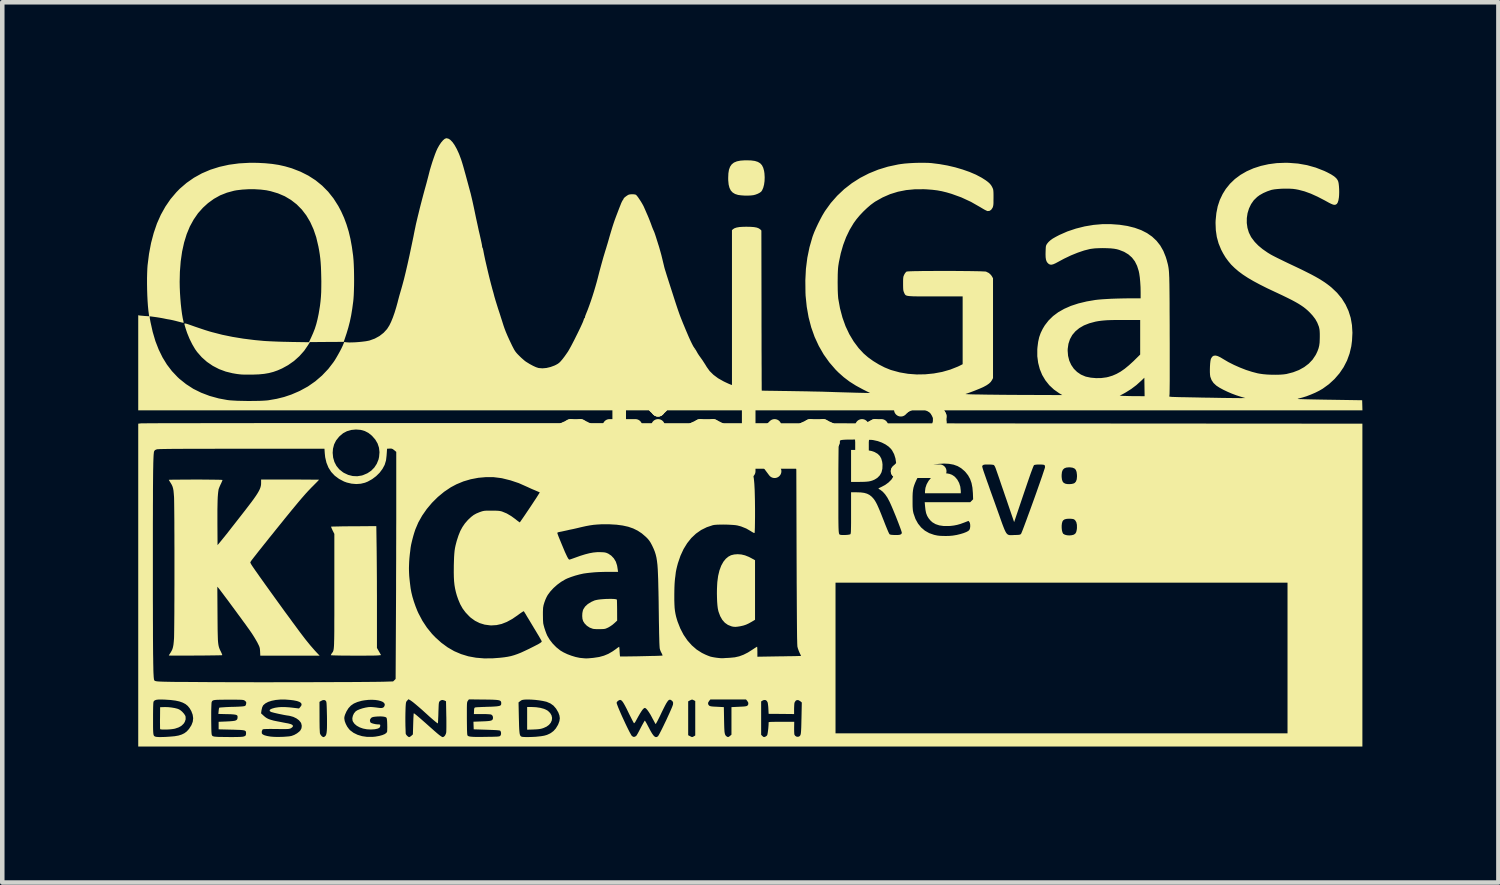
<source format=kicad_pcb>
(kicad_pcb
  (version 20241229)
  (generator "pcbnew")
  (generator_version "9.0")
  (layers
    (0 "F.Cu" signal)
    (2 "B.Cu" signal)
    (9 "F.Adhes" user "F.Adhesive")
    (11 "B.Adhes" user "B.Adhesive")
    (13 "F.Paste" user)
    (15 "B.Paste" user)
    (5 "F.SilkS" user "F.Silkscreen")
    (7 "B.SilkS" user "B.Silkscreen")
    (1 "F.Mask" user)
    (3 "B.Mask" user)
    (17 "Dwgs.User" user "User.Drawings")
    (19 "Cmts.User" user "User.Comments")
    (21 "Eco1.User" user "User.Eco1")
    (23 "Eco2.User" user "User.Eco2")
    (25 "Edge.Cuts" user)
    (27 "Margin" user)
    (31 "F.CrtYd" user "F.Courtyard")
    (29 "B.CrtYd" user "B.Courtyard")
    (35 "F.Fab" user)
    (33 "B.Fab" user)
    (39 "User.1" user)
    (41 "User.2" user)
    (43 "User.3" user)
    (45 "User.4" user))
  (footprint "sticker2"
    (layer "F.Cu")
    (at 13.505 6.669)
    (property "Reference" "sticker2" (at 0 0 0) (layer "F.SilkS") (effects (font (size 1.5 1.5) (thickness 0.3))))
    (attr board_only exclude_from_pos_files exclude_from_bom)
    (fp_poly (pts (xy -4.833 5.88) (xy -4.728 5.885) (xy -4.633 5.899) (xy -4.552 5.921) (xy -4.486 5.952) (xy -4.465 5.966) (xy -4.416 6.014) (xy -4.386 6.066) (xy -4.374 6.121) (xy -4.38 6.175) (xy -4.403 6.227) (xy -4.443 6.275) (xy -4.498 6.315) (xy -4.569 6.346) (xy -4.574 6.348) (xy -4.615 6.36) (xy -4.659 6.368) (xy -4.711 6.373) (xy -4.778 6.376) (xy -4.787 6.377) (xy -4.924 6.381) (xy -4.924 6.13) (xy -4.924 5.88)) (stroke (width 0) (type solid)) (fill yes) (layer "F.SilkS"))
    (fp_poly (pts (xy 4.332 0.725) (xy 4.396 0.737) (xy 4.449 0.757) (xy 4.497 0.788) (xy 4.517 0.805) (xy 4.567 0.863) (xy 4.607 0.936) (xy 4.633 1.018) (xy 4.643 1.104) (xy 4.644 1.117) (xy 4.644 1.164) (xy 4.249 1.164) (xy 3.854 1.164) (xy 3.854 1.125) (xy 3.864 1.045) (xy 3.891 0.965) (xy 3.933 0.891) (xy 3.987 0.825) (xy 4.05 0.773) (xy 4.091 0.75) (xy 4.122 0.737) (xy 4.151 0.728) (xy 4.184 0.724) (xy 4.227 0.722) (xy 4.254 0.722)) (stroke (width 0) (type solid)) (fill yes) (layer "F.SilkS"))
    (fp_poly (pts (xy 2.382 0.208) (xy 2.479 0.209) (xy 2.559 0.214) (xy 2.625 0.222) (xy 2.68 0.233) (xy 2.727 0.249) (xy 2.742 0.255) (xy 2.808 0.293) (xy 2.857 0.341) (xy 2.89 0.4) (xy 2.91 0.472) (xy 2.917 0.531) (xy 2.914 0.622) (xy 2.895 0.701) (xy 2.859 0.767) (xy 2.806 0.822) (xy 2.743 0.862) (xy 2.702 0.88) (xy 2.659 0.894) (xy 2.61 0.904) (xy 2.551 0.91) (xy 2.478 0.913) (xy 2.393 0.914) (xy 2.223 0.914) (xy 2.223 0.561) (xy 2.223 0.208)) (stroke (width 0) (type solid)) (fill yes) (layer "F.SilkS"))
    (fp_poly (pts (xy -12.851 5.883) (xy -12.775 5.891) (xy -12.702 5.903) (xy -12.639 5.919) (xy -12.604 5.933) (xy -12.567 5.957) (xy -12.529 5.991) (xy -12.495 6.029) (xy -12.47 6.067) (xy -12.46 6.094) (xy -12.459 6.153) (xy -12.478 6.209) (xy -12.501 6.246) (xy -12.549 6.293) (xy -12.615 6.331) (xy -12.695 6.358) (xy -12.721 6.363) (xy -12.761 6.369) (xy -12.809 6.374) (xy -12.86 6.377) (xy -12.911 6.378) (xy -12.957 6.378) (xy -12.994 6.376) (xy -13.016 6.372) (xy -13.021 6.37) (xy -13.023 6.357) (xy -13.024 6.327) (xy -13.024 6.282) (xy -13.025 6.225) (xy -13.025 6.16) (xy -13.024 6.123) (xy -13.022 5.885) (xy -12.925 5.882)) (stroke (width 0) (type solid)) (fill yes) (layer "F.SilkS"))
    (fp_poly (pts (xy 0.017 -6.179) (xy 0.1 -6.168) (xy 0.166 -6.147) (xy 0.218 -6.116) (xy 0.257 -6.073) (xy 0.285 -6.017) (xy 0.304 -5.947) (xy 0.312 -5.893) (xy 0.317 -5.807) (xy 0.314 -5.723) (xy 0.303 -5.644) (xy 0.285 -5.576) (xy 0.261 -5.521) (xy 0.241 -5.492) (xy 0.21 -5.468) (xy 0.165 -5.444) (xy 0.112 -5.424) (xy 0.068 -5.413) (xy 0.01 -5.406) (xy -0.059 -5.403) (xy -0.133 -5.404) (xy -0.204 -5.409) (xy -0.263 -5.417) (xy -0.27 -5.418) (xy -0.336 -5.439) (xy -0.389 -5.471) (xy -0.43 -5.515) (xy -0.459 -5.573) (xy -0.478 -5.646) (xy -0.487 -5.736) (xy -0.488 -5.792) (xy -0.484 -5.892) (xy -0.471 -5.974) (xy -0.446 -6.041) (xy -0.41 -6.093) (xy -0.361 -6.132) (xy -0.296 -6.159) (xy -0.216 -6.175) (xy -0.118 -6.182) (xy -0.083 -6.182)) (stroke (width 0) (type solid)) (fill yes) (layer "F.SilkS"))
    (fp_poly (pts (xy -0.198 2.515) (xy -0.118 2.534) (xy -0.035 2.567) (xy 0.029 2.6) (xy 0.104 2.642) (xy 0.104 3.299) (xy 0.104 3.956) (xy 0.032 3.999) (xy -0.036 4.037) (xy -0.095 4.064) (xy -0.152 4.083) (xy -0.214 4.097) (xy -0.223 4.099) (xy -0.28 4.108) (xy -0.324 4.112) (xy -0.36 4.111) (xy -0.397 4.105) (xy -0.416 4.1) (xy -0.494 4.069) (xy -0.561 4.022) (xy -0.617 3.959) (xy -0.664 3.877) (xy -0.701 3.778) (xy -0.708 3.75) (xy -0.718 3.701) (xy -0.726 3.634) (xy -0.732 3.555) (xy -0.735 3.468) (xy -0.737 3.375) (xy -0.736 3.282) (xy -0.732 3.192) (xy -0.728 3.124) (xy -0.71 2.988) (xy -0.681 2.867) (xy -0.642 2.762) (xy -0.593 2.674) (xy -0.542 2.611) (xy -0.486 2.564) (xy -0.426 2.532) (xy -0.357 2.515) (xy -0.28 2.509)) (stroke (width 0) (type solid)) (fill yes) (layer "F.SilkS"))
    (fp_poly (pts (xy -3.056 3.495) (xy -3.007 3.497) (xy -2.969 3.502) (xy -2.948 3.508) (xy -2.945 3.511) (xy -2.943 3.524) (xy -2.942 3.554) (xy -2.941 3.599) (xy -2.94 3.655) (xy -2.939 3.72) (xy -2.939 3.747) (xy -2.938 3.974) (xy -3.001 4.032) (xy -3.042 4.067) (xy -3.09 4.1) (xy -3.134 4.126) (xy -3.167 4.141) (xy -3.194 4.152) (xy -3.222 4.158) (xy -3.257 4.161) (xy -3.305 4.162) (xy -3.319 4.163) (xy -3.37 4.163) (xy -3.418 4.161) (xy -3.455 4.158) (xy -3.473 4.155) (xy -3.543 4.129) (xy -3.606 4.088) (xy -3.657 4.036) (xy -3.689 3.985) (xy -3.704 3.934) (xy -3.709 3.873) (xy -3.706 3.809) (xy -3.694 3.75) (xy -3.684 3.724) (xy -3.645 3.664) (xy -3.587 3.61) (xy -3.51 3.562) (xy -3.439 3.53) (xy -3.406 3.521) (xy -3.359 3.512) (xy -3.303 3.505) (xy -3.241 3.5) (xy -3.177 3.496) (xy -3.114 3.495)) (stroke (width 0) (type solid)) (fill yes) (layer "F.SilkS"))
    (fp_poly (pts (xy -8.245 2.365) (xy -8.244 2.454) (xy -8.243 2.561) (xy -8.242 2.683) (xy -8.241 2.817) (xy -8.24 2.96) (xy -8.239 3.11) (xy -8.239 3.263) (xy -8.238 3.417) (xy -8.238 3.569) (xy -8.238 3.709) (xy -8.238 4.577) (xy -8.193 4.656) (xy -8.148 4.735) (xy -8.201 4.741) (xy -8.227 4.743) (xy -8.27 4.745) (xy -8.327 4.746) (xy -8.395 4.747) (xy -8.472 4.747) (xy -8.557 4.748) (xy -8.645 4.748) (xy -8.736 4.748) (xy -8.827 4.747) (xy -8.914 4.747) (xy -8.997 4.746) (xy -9.072 4.745) (xy -9.138 4.743) (xy -9.191 4.742) (xy -9.23 4.74) (xy -9.252 4.738) (xy -9.256 4.736) (xy -9.25 4.722) (xy -9.236 4.699) (xy -9.232 4.692) (xy -9.224 4.682) (xy -9.217 4.673) (xy -9.21 4.663) (xy -9.205 4.651) (xy -9.2 4.637) (xy -9.196 4.62) (xy -9.192 4.597) (xy -9.189 4.568) (xy -9.186 4.533) (xy -9.184 4.489) (xy -9.183 4.436) (xy -9.181 4.372) (xy -9.18 4.297) (xy -9.179 4.208) (xy -9.179 4.106) (xy -9.179 3.99) (xy -9.178 3.857) (xy -9.178 3.706) (xy -9.178 3.538) (xy -9.178 3.35) (xy -9.178 3.318) (xy -9.178 2.061) (xy -9.217 1.984) (xy -9.233 1.948) (xy -9.245 1.919) (xy -9.25 1.903) (xy -9.249 1.901) (xy -9.238 1.9) (xy -9.208 1.899) (xy -9.162 1.898) (xy -9.101 1.897) (xy -9.027 1.895) (xy -8.942 1.894) (xy -8.849 1.893) (xy -8.75 1.893) (xy -8.748 1.893) (xy -8.252 1.889)) (stroke (width 0) (type solid)) (fill yes) (layer "F.SilkS"))
    (fp_poly (pts (xy -10.042 0.862) (xy -9.935 0.862) (xy -9.836 0.863) (xy -9.748 0.863) (xy -9.671 0.864) (xy -9.608 0.864) (xy -9.559 0.865) (xy -9.528 0.865) (xy -9.516 0.866) (xy -9.516 0.866) (xy -9.523 0.874) (xy -9.542 0.895) (xy -9.572 0.926) (xy -9.611 0.965) (xy -9.655 1.01) (xy -9.675 1.029) (xy -9.717 1.073) (xy -9.76 1.118) (xy -9.806 1.168) (xy -9.855 1.224) (xy -9.909 1.286) (xy -9.97 1.358) (xy -10.038 1.44) (xy -10.116 1.534) (xy -10.204 1.642) (xy -10.263 1.714) (xy -10.31 1.773) (xy -10.365 1.841) (xy -10.424 1.914) (xy -10.487 1.992) (xy -10.55 2.071) (xy -10.613 2.148) (xy -10.672 2.223) (xy -10.727 2.291) (xy -10.775 2.352) (xy -10.815 2.402) (xy -10.844 2.438) (xy -10.851 2.447) (xy -10.888 2.494) (xy -10.926 2.543) (xy -10.96 2.586) (xy -10.983 2.616) (xy -11.007 2.647) (xy -11.024 2.673) (xy -11.032 2.689) (xy -11.033 2.69) (xy -11.027 2.705) (xy -11.014 2.73) (xy -11.005 2.745) (xy -10.988 2.771) (xy -10.96 2.812) (xy -10.923 2.866) (xy -10.876 2.932) (xy -10.823 3.008) (xy -10.763 3.092) (xy -10.698 3.183) (xy -10.629 3.279) (xy -10.558 3.378) (xy -10.486 3.478) (xy -10.413 3.579) (xy -10.342 3.677) (xy -10.273 3.773) (xy -10.207 3.862) (xy -10.146 3.945) (xy -10.092 4.02) (xy -10.087 4.026) (xy -10.069 4.05) (xy -10.041 4.088) (xy -10.006 4.136) (xy -9.967 4.189) (xy -9.926 4.244) (xy -9.816 4.388) (xy -9.708 4.521) (xy -9.605 4.639) (xy -9.564 4.683) (xy -9.502 4.748) (xy -10.157 4.748) (xy -10.812 4.748) (xy -10.816 4.657) (xy -10.819 4.615) (xy -10.823 4.583) (xy -10.831 4.554) (xy -10.845 4.521) (xy -10.866 4.479) (xy -10.875 4.46) (xy -10.901 4.414) (xy -10.934 4.358) (xy -10.973 4.295) (xy -11.014 4.233) (xy -11.037 4.2) (xy -11.062 4.164) (xy -11.098 4.115) (xy -11.14 4.055) (xy -11.19 3.988) (xy -11.244 3.913) (xy -11.302 3.835) (xy -11.361 3.754) (xy -11.421 3.673) (xy -11.48 3.593) (xy -11.536 3.517) (xy -11.589 3.447) (xy -11.635 3.385) (xy -11.675 3.332) (xy -11.706 3.291) (xy -11.727 3.264) (xy -11.733 3.257) (xy -11.76 3.226) (xy -11.756 3.833) (xy -11.755 3.97) (xy -11.754 4.087) (xy -11.753 4.188) (xy -11.751 4.273) (xy -11.749 4.344) (xy -11.747 4.403) (xy -11.743 4.452) (xy -11.738 4.493) (xy -11.732 4.528) (xy -11.725 4.557) (xy -11.716 4.584) (xy -11.706 4.609) (xy -11.694 4.635) (xy -11.682 4.658) (xy -11.666 4.693) (xy -11.655 4.72) (xy -11.651 4.735) (xy -11.652 4.736) (xy -11.663 4.738) (xy -11.692 4.739) (xy -11.738 4.74) (xy -11.797 4.741) (xy -11.869 4.742) (xy -11.949 4.743) (xy -12.037 4.744) (xy -12.13 4.745) (xy -12.225 4.745) (xy -12.32 4.746) (xy -12.414 4.746) (xy -12.504 4.747) (xy -12.587 4.747) (xy -12.661 4.747) (xy -12.725 4.746) (xy -12.776 4.746) (xy -12.811 4.745) (xy -12.828 4.744) (xy -12.83 4.744) (xy -12.825 4.733) (xy -12.811 4.711) (xy -12.793 4.684) (xy -12.77 4.644) (xy -12.751 4.604) (xy -12.738 4.559) (xy -12.728 4.506) (xy -12.721 4.44) (xy -12.715 4.363) (xy -12.714 4.329) (xy -12.713 4.276) (xy -12.712 4.206) (xy -12.711 4.119) (xy -12.71 4.017) (xy -12.709 3.903) (xy -12.708 3.777) (xy -12.708 3.642) (xy -12.707 3.498) (xy -12.707 3.347) (xy -12.706 3.191) (xy -12.706 3.031) (xy -12.706 2.869) (xy -12.706 2.707) (xy -12.706 2.545) (xy -12.706 2.386) (xy -12.707 2.231) (xy -12.707 2.081) (xy -12.708 1.939) (xy -12.708 1.805) (xy -12.709 1.682) (xy -12.71 1.57) (xy -12.711 1.472) (xy -12.712 1.388) (xy -12.713 1.321) (xy -12.714 1.272) (xy -12.715 1.247) (xy -12.721 1.169) (xy -12.727 1.107) (xy -12.736 1.058) (xy -12.748 1.017) (xy -12.764 0.98) (xy -12.786 0.942) (xy -12.792 0.933) (xy -12.811 0.902) (xy -12.825 0.879) (xy -12.83 0.868) (xy -12.83 0.868) (xy -12.82 0.867) (xy -12.791 0.866) (xy -12.745 0.865) (xy -12.683 0.864) (xy -12.609 0.864) (xy -12.522 0.863) (xy -12.426 0.863) (xy -12.322 0.862) (xy -12.238 0.862) (xy -12.119 0.862) (xy -12.01 0.863) (xy -11.913 0.864) (xy -11.828 0.865) (xy -11.758 0.866) (xy -11.704 0.867) (xy -11.666 0.869) (xy -11.647 0.871) (xy -11.646 0.872) (xy -11.65 0.885) (xy -11.661 0.912) (xy -11.677 0.948) (xy -11.687 0.968) (xy -11.706 1.01) (xy -11.722 1.049) (xy -11.732 1.078) (xy -11.733 1.086) (xy -11.74 1.132) (xy -11.746 1.187) (xy -11.751 1.253) (xy -11.754 1.33) (xy -11.756 1.421) (xy -11.758 1.527) (xy -11.758 1.65) (xy -11.758 1.791) (xy -11.758 1.827) (xy -11.755 2.309) (xy -11.67 2.206) (xy -11.628 2.154) (xy -11.581 2.096) (xy -11.535 2.039) (xy -11.509 2.005) (xy -11.482 1.971) (xy -11.446 1.924) (xy -11.401 1.867) (xy -11.351 1.803) (xy -11.297 1.734) (xy -11.243 1.665) (xy -11.229 1.647) (xy -11.141 1.534) (xy -11.066 1.436) (xy -11.002 1.352) (xy -10.949 1.279) (xy -10.905 1.216) (xy -10.87 1.161) (xy -10.843 1.114) (xy -10.823 1.073) (xy -10.809 1.036) (xy -10.8 1.002) (xy -10.795 0.969) (xy -10.794 0.936) (xy -10.794 0.934) (xy -10.794 0.862) (xy -10.155 0.862)) (stroke (width 0) (type solid)) (fill yes) (layer "F.SilkS"))
    (fp_poly (pts (xy -6.66 -6.659) (xy -6.616 -6.63) (xy -6.57 -6.582) (xy -6.524 -6.516) (xy -6.478 -6.434) (xy -6.433 -6.337) (xy -6.416 -6.295) (xy -6.405 -6.265) (xy -6.394 -6.236) (xy -6.383 -6.207) (xy -6.373 -6.176) (xy -6.362 -6.142) (xy -6.35 -6.102) (xy -6.336 -6.055) (xy -6.32 -5.999) (xy -6.302 -5.933) (xy -6.28 -5.855) (xy -6.255 -5.762) (xy -6.226 -5.655) (xy -6.192 -5.529) (xy -6.169 -5.444) (xy -6.16 -5.406) (xy -6.147 -5.351) (xy -6.131 -5.283) (xy -6.114 -5.205) (xy -6.096 -5.122) (xy -6.078 -5.036) (xy -6.072 -5.007) (xy -6.053 -4.915) (xy -6.032 -4.819) (xy -6.011 -4.723) (xy -5.992 -4.633) (xy -5.973 -4.553) (xy -5.958 -4.487) (xy -5.957 -4.481) (xy -5.943 -4.419) (xy -5.931 -4.363) (xy -5.922 -4.318) (xy -5.917 -4.285) (xy -5.917 -4.269) (xy -5.917 -4.269) (xy -5.919 -4.261) (xy -5.914 -4.262) (xy -5.908 -4.256) (xy -5.9 -4.231) (xy -5.891 -4.191) (xy -5.886 -4.163) (xy -5.877 -4.116) (xy -5.864 -4.053) (xy -5.848 -3.978) (xy -5.828 -3.892) (xy -5.807 -3.801) (xy -5.785 -3.708) (xy -5.763 -3.616) (xy -5.741 -3.529) (xy -5.721 -3.45) (xy -5.703 -3.384) (xy -5.696 -3.356) (xy -5.68 -3.3) (xy -5.665 -3.247) (xy -5.653 -3.2) (xy -5.645 -3.169) (xy -5.637 -3.143) (xy -5.625 -3.101) (xy -5.608 -3.046) (xy -5.588 -2.982) (xy -5.566 -2.911) (xy -5.548 -2.857) (xy -5.524 -2.784) (xy -5.502 -2.713) (xy -5.481 -2.649) (xy -5.464 -2.595) (xy -5.451 -2.554) (xy -5.445 -2.535) (xy -5.424 -2.474) (xy -5.395 -2.398) (xy -5.359 -2.313) (xy -5.317 -2.22) (xy -5.271 -2.124) (xy -5.259 -2.098) (xy -5.23 -2.042) (xy -5.207 -1.999) (xy -5.185 -1.965) (xy -5.161 -1.934) (xy -5.132 -1.902) (xy -5.095 -1.865) (xy -5.054 -1.825) (xy -5.012 -1.788) (xy -4.976 -1.757) (xy -4.95 -1.738) (xy -4.869 -1.688) (xy -4.795 -1.648) (xy -4.73 -1.618) (xy -4.678 -1.601) (xy -4.668 -1.599) (xy -4.588 -1.592) (xy -4.498 -1.6) (xy -4.406 -1.622) (xy -4.317 -1.655) (xy -4.285 -1.671) (xy -4.249 -1.691) (xy -4.219 -1.713) (xy -4.19 -1.741) (xy -4.157 -1.779) (xy -4.138 -1.802) (xy -4.1 -1.852) (xy -4.061 -1.907) (xy -4.025 -1.959) (xy -4.01 -1.984) (xy -3.995 -2.01) (xy -1.226 -2.01) (xy -1.221 -2.005) (xy -1.215 -2.01) (xy -1.221 -2.015) (xy -1.226 -2.01) (xy -3.995 -2.01) (xy -3.985 -2.028) (xy -3.954 -2.084) (xy -3.92 -2.149) (xy -3.883 -2.22) (xy -3.846 -2.295) (xy -3.809 -2.369) (xy -3.774 -2.441) (xy -3.742 -2.508) (xy -3.716 -2.565) (xy -3.695 -2.612) (xy -3.683 -2.643) (xy -3.681 -2.65) (xy -3.67 -2.682) (xy -3.66 -2.701) (xy -3.654 -2.704) (xy -3.648 -2.705) (xy -3.65 -2.709) (xy -3.649 -2.723) (xy -3.641 -2.751) (xy -3.627 -2.787) (xy -3.619 -2.807) (xy -3.589 -2.881) (xy -3.556 -2.97) (xy -3.52 -3.071) (xy -3.484 -3.179) (xy -3.449 -3.29) (xy -3.417 -3.398) (xy -3.388 -3.5) (xy -3.37 -3.568) (xy -3.326 -3.739) (xy -3.283 -3.897) (xy -3.241 -4.047) (xy -3.196 -4.196) (xy -3.184 -4.233) (xy -3.166 -4.294) (xy -3.147 -4.356) (xy -3.131 -4.412) (xy -3.118 -4.456) (xy -3.117 -4.462) (xy -3.095 -4.537) (xy -3.07 -4.621) (xy -3.044 -4.707) (xy -3.017 -4.79) (xy -2.992 -4.863) (xy -2.975 -4.909) (xy -2.957 -4.957) (xy -2.939 -5.004) (xy -2.924 -5.043) (xy -2.92 -5.054) (xy -2.89 -5.132) (xy -2.866 -5.192) (xy -2.848 -5.238) (xy -2.833 -5.27) (xy -2.821 -5.292) (xy -2.814 -5.303) (xy -2.8 -5.323) (xy -2.795 -5.337) (xy -2.787 -5.35) (xy -2.766 -5.369) (xy -2.739 -5.39) (xy -2.711 -5.409) (xy -2.687 -5.422) (xy -2.685 -5.423) (xy -2.656 -5.43) (xy -2.617 -5.433) (xy -2.577 -5.432) (xy -2.543 -5.428) (xy -2.522 -5.42) (xy -2.503 -5.4) (xy -2.477 -5.367) (xy -2.448 -5.324) (xy -2.417 -5.277) (xy -2.388 -5.229) (xy -2.364 -5.186) (xy -2.35 -5.158) (xy -2.332 -5.117) (xy -2.309 -5.065) (xy -2.285 -5.009) (xy -2.27 -4.976) (xy -2.246 -4.919) (xy -2.22 -4.854) (xy -2.197 -4.794) (xy -2.187 -4.767) (xy -2.17 -4.719) (xy -2.152 -4.674) (xy -2.137 -4.639) (xy -2.131 -4.626) (xy -2.12 -4.6) (xy -2.105 -4.559) (xy -2.089 -4.511) (xy -2.078 -4.477) (xy -2.062 -4.425) (xy -2.045 -4.372) (xy -2.031 -4.326) (xy -2.024 -4.306) (xy -2.007 -4.25) (xy -1.987 -4.179) (xy -1.964 -4.096) (xy -1.942 -4.007) (xy -1.92 -3.916) (xy -1.907 -3.863) (xy -1.903 -3.845) (xy -1.899 -3.828) (xy -1.894 -3.81) (xy -1.888 -3.788) (xy -1.88 -3.761) (xy -1.869 -3.727) (xy -1.856 -3.684) (xy -1.839 -3.63) (xy -1.818 -3.564) (xy -1.792 -3.483) (xy -1.761 -3.386) (xy -1.724 -3.272) (xy -1.687 -3.156) (xy -1.655 -3.057) (xy -1.627 -2.972) (xy -1.602 -2.897) (xy -1.579 -2.831) (xy -1.557 -2.769) (xy -1.534 -2.709) (xy -1.51 -2.649) (xy -1.484 -2.584) (xy -1.454 -2.512) (xy -1.42 -2.43) (xy -1.405 -2.395) (xy -1.359 -2.287) (xy -1.319 -2.199) (xy -1.285 -2.129) (xy -1.257 -2.076) (xy -1.234 -2.041) (xy -1.226 -2.031) (xy -1.211 -2.01) (xy -1.192 -1.978) (xy -1.181 -1.958) (xy -1.159 -1.919) (xy -1.131 -1.876) (xy -1.115 -1.854) (xy -1.057 -1.773) (xy -0.993 -1.674) (xy -0.961 -1.621) (xy -0.897 -1.532) (xy -0.813 -1.449) (xy -0.711 -1.373) (xy -0.591 -1.305) (xy -0.556 -1.288) (xy -0.511 -1.267) (xy -0.471 -1.249) (xy -0.442 -1.237) (xy -0.429 -1.232) (xy -0.405 -1.224) (xy -0.405 -2.932) (xy -0.405 -4.64) (xy -0.382 -4.662) (xy -0.349 -4.683) (xy -0.301 -4.699) (xy -0.237 -4.71) (xy -0.154 -4.715) (xy -0.083 -4.716) (xy 0.01 -4.714) (xy 0.085 -4.708) (xy 0.144 -4.697) (xy 0.187 -4.68) (xy 0.218 -4.659) (xy 0.218 -4.659) (xy 0.244 -4.633) (xy 0.247 -2.867) (xy 0.247 -2.677) (xy 0.247 -2.493) (xy 0.248 -2.315) (xy 0.248 -2.146) (xy 0.248 -1.985) (xy 0.249 -1.834) (xy 0.249 -1.694) (xy 0.25 -1.567) (xy 0.25 -1.452) (xy 0.25 -1.352) (xy 0.251 -1.267) (xy 0.251 -1.198) (xy 0.251 -1.146) (xy 0.252 -1.114) (xy 0.252 -1.1) (xy 0.252 -1.1) (xy 0.263 -1.1) (xy 0.292 -1.099) (xy 0.339 -1.098) (xy 0.401 -1.097) (xy 0.477 -1.096) (xy 0.564 -1.095) (xy 0.662 -1.093) (xy 0.768 -1.092) (xy 0.88 -1.09) (xy 0.888 -1.09) (xy 1.011 -1.088) (xy 1.134 -1.086) (xy 1.256 -1.084) (xy 1.373 -1.081) (xy 1.483 -1.079) (xy 1.583 -1.077) (xy 1.669 -1.074) (xy 1.74 -1.072) (xy 1.776 -1.071) (xy 1.859 -1.068) (xy 1.957 -1.065) (xy 2.062 -1.062) (xy 2.169 -1.059) (xy 2.272 -1.056) (xy 2.337 -1.054) (xy 2.644 -1.047) (xy 2.488 -1.125) (xy 2.331 -1.21) (xy 2.19 -1.299) (xy 2.062 -1.396) (xy 1.943 -1.502) (xy 1.883 -1.562) (xy 1.743 -1.724) (xy 1.619 -1.898) (xy 1.511 -2.086) (xy 1.419 -2.285) (xy 1.344 -2.496) (xy 1.286 -2.718) (xy 1.245 -2.951) (xy 1.22 -3.194) (xy 1.217 -3.265) (xy 1.214 -3.532) (xy 1.227 -3.788) (xy 1.258 -4.032) (xy 1.306 -4.265) (xy 1.37 -4.488) (xy 1.384 -4.528) (xy 1.413 -4.603) (xy 1.451 -4.689) (xy 1.494 -4.781) (xy 1.54 -4.872) (xy 1.586 -4.959) (xy 1.63 -5.033) (xy 1.649 -5.064) (xy 1.776 -5.24) (xy 1.918 -5.401) (xy 2.073 -5.547) (xy 2.242 -5.678) (xy 2.424 -5.794) (xy 2.617 -5.893) (xy 2.821 -5.976) (xy 3.036 -6.042) (xy 3.261 -6.09) (xy 3.318 -6.099) (xy 3.405 -6.11) (xy 3.506 -6.118) (xy 3.614 -6.124) (xy 3.725 -6.127) (xy 3.832 -6.127) (xy 3.93 -6.125) (xy 4 -6.12) (xy 4.175 -6.098) (xy 4.35 -6.067) (xy 4.521 -6.027) (xy 4.684 -5.979) (xy 4.838 -5.925) (xy 4.978 -5.865) (xy 5.101 -5.8) (xy 5.127 -5.784) (xy 5.194 -5.741) (xy 5.245 -5.703) (xy 5.283 -5.668) (xy 5.312 -5.633) (xy 5.334 -5.596) (xy 5.336 -5.591) (xy 5.347 -5.569) (xy 5.355 -5.549) (xy 5.36 -5.528) (xy 5.363 -5.501) (xy 5.365 -5.466) (xy 5.366 -5.417) (xy 5.366 -5.355) (xy 5.365 -5.29) (xy 5.365 -5.241) (xy 5.363 -5.206) (xy 5.359 -5.179) (xy 5.354 -5.159) (xy 5.347 -5.14) (xy 5.342 -5.13) (xy 5.313 -5.089) (xy 5.277 -5.066) (xy 5.235 -5.062) (xy 5.228 -5.064) (xy 5.209 -5.072) (xy 5.176 -5.088) (xy 5.134 -5.112) (xy 5.087 -5.14) (xy 5.074 -5.148) (xy 4.869 -5.265) (xy 4.658 -5.363) (xy 4.443 -5.441) (xy 4.331 -5.474) (xy 4.225 -5.5) (xy 4.122 -5.519) (xy 4.014 -5.532) (xy 3.895 -5.541) (xy 3.833 -5.544) (xy 3.631 -5.543) (xy 3.44 -5.525) (xy 3.258 -5.489) (xy 3.084 -5.435) (xy 2.919 -5.363) (xy 2.759 -5.273) (xy 2.732 -5.255) (xy 2.656 -5.199) (xy 2.575 -5.129) (xy 2.492 -5.05) (xy 2.413 -4.966) (xy 2.342 -4.881) (xy 2.283 -4.8) (xy 2.282 -4.799) (xy 2.191 -4.647) (xy 2.114 -4.487) (xy 2.049 -4.315) (xy 1.996 -4.131) (xy 1.954 -3.932) (xy 1.941 -3.849) (xy 1.936 -3.803) (xy 1.932 -3.74) (xy 1.929 -3.664) (xy 1.928 -3.58) (xy 1.927 -3.492) (xy 1.928 -3.404) (xy 1.929 -3.319) (xy 1.932 -3.243) (xy 1.936 -3.179) (xy 1.94 -3.132) (xy 1.979 -2.916) (xy 2.033 -2.712) (xy 2.101 -2.522) (xy 2.184 -2.346) (xy 2.281 -2.184) (xy 2.391 -2.037) (xy 2.5 -1.92) (xy 2.598 -1.835) (xy 2.712 -1.753) (xy 2.835 -1.678) (xy 2.963 -1.612) (xy 3.09 -1.56) (xy 3.122 -1.55) (xy 3.298 -1.502) (xy 3.482 -1.471) (xy 3.67 -1.457) (xy 3.86 -1.46) (xy 4.049 -1.479) (xy 4.233 -1.513) (xy 4.411 -1.564) (xy 4.578 -1.63) (xy 4.626 -1.653) (xy 4.685 -1.683) (xy 4.685 -2.431) (xy 4.685 -3.179) (xy 4.082 -3.179) (xy 3.95 -3.179) (xy 3.837 -3.179) (xy 3.741 -3.179) (xy 3.662 -3.18) (xy 3.597 -3.181) (xy 3.544 -3.184) (xy 3.503 -3.187) (xy 3.472 -3.191) (xy 3.448 -3.197) (xy 3.432 -3.204) (xy 3.42 -3.214) (xy 3.411 -3.225) (xy 3.404 -3.238) (xy 3.397 -3.253) (xy 3.394 -3.26) (xy 3.385 -3.282) (xy 3.378 -3.305) (xy 3.374 -3.333) (xy 3.372 -3.371) (xy 3.371 -3.422) (xy 3.371 -3.459) (xy 3.371 -3.519) (xy 3.372 -3.563) (xy 3.375 -3.595) (xy 3.379 -3.619) (xy 3.387 -3.639) (xy 3.397 -3.661) (xy 3.397 -3.662) (xy 3.416 -3.694) (xy 3.437 -3.718) (xy 3.449 -3.727) (xy 3.465 -3.729) (xy 3.499 -3.732) (xy 3.551 -3.734) (xy 3.618 -3.736) (xy 3.698 -3.737) (xy 3.789 -3.739) (xy 3.889 -3.74) (xy 3.996 -3.74) (xy 4.109 -3.741) (xy 4.226 -3.741) (xy 4.344 -3.741) (xy 4.462 -3.741) (xy 4.578 -3.74) (xy 4.69 -3.739) (xy 4.795 -3.738) (xy 4.893 -3.737) (xy 4.981 -3.735) (xy 5.057 -3.734) (xy 5.119 -3.731) (xy 5.166 -3.729) (xy 5.195 -3.727) (xy 5.203 -3.725) (xy 5.264 -3.695) (xy 5.309 -3.653) (xy 5.331 -3.622) (xy 5.355 -3.579) (xy 5.355 -2.478) (xy 5.355 -1.376) (xy 5.333 -1.334) (xy 5.305 -1.292) (xy 5.266 -1.255) (xy 5.214 -1.219) (xy 5.146 -1.182) (xy 5.127 -1.173) (xy 5.075 -1.15) (xy 5.009 -1.123) (xy 4.937 -1.094) (xy 4.862 -1.066) (xy 4.793 -1.041) (xy 4.748 -1.026) (xy 4.752 -1.024) (xy 4.776 -1.022) (xy 4.818 -1.02) (xy 4.878 -1.018) (xy 4.955 -1.016) (xy 5.047 -1.015) (xy 5.153 -1.013) (xy 5.273 -1.011) (xy 5.405 -1.01) (xy 5.549 -1.008) (xy 5.702 -1.007) (xy 5.865 -1.006) (xy 6.035 -1.005) (xy 6.115 -1.005) (xy 6.884 -1.002) (xy 6.816 -1.042) (xy 6.699 -1.124) (xy 6.597 -1.219) (xy 6.511 -1.327) (xy 6.44 -1.446) (xy 6.387 -1.575) (xy 6.351 -1.713) (xy 6.332 -1.858) (xy 6.332 -1.981) (xy 7.002 -1.981) (xy 7.011 -1.868) (xy 7.037 -1.763) (xy 7.08 -1.668) (xy 7.138 -1.583) (xy 7.21 -1.512) (xy 7.295 -1.454) (xy 7.391 -1.413) (xy 7.407 -1.408) (xy 7.513 -1.386) (xy 7.628 -1.376) (xy 7.745 -1.378) (xy 7.858 -1.393) (xy 7.901 -1.403) (xy 7.992 -1.431) (xy 8.08 -1.469) (xy 8.168 -1.518) (xy 8.259 -1.581) (xy 8.354 -1.659) (xy 8.456 -1.752) (xy 8.485 -1.781) (xy 8.602 -1.896) (xy 8.602 -2.278) (xy 8.602 -2.659) (xy 8.241 -2.659) (xy 8.122 -2.659) (xy 8.021 -2.658) (xy 7.935 -2.656) (xy 7.861 -2.653) (xy 7.797 -2.648) (xy 7.74 -2.642) (xy 7.687 -2.635) (xy 7.635 -2.626) (xy 7.615 -2.622) (xy 7.48 -2.586) (xy 7.361 -2.539) (xy 7.259 -2.48) (xy 7.173 -2.409) (xy 7.104 -2.328) (xy 7.053 -2.236) (xy 7.019 -2.133) (xy 7.003 -2.021) (xy 7.002 -1.981) (xy 6.332 -1.981) (xy 6.332 -2.011) (xy 6.336 -2.059) (xy 6.351 -2.177) (xy 6.374 -2.28) (xy 6.407 -2.373) (xy 6.451 -2.463) (xy 6.498 -2.541) (xy 6.581 -2.648) (xy 6.68 -2.745) (xy 6.794 -2.83) (xy 6.926 -2.905) (xy 7.074 -2.97) (xy 7.239 -3.024) (xy 7.422 -3.068) (xy 7.615 -3.101) (xy 7.678 -3.108) (xy 7.759 -3.115) (xy 7.855 -3.121) (xy 7.961 -3.127) (xy 8.075 -3.131) (xy 8.193 -3.134) (xy 8.312 -3.136) (xy 8.402 -3.137) (xy 8.612 -3.137) (xy 8.612 -3.27) (xy 8.61 -3.385) (xy 8.603 -3.496) (xy 8.594 -3.598) (xy 8.581 -3.687) (xy 8.57 -3.739) (xy 8.534 -3.853) (xy 8.485 -3.952) (xy 8.421 -4.036) (xy 8.342 -4.106) (xy 8.247 -4.163) (xy 8.137 -4.206) (xy 8.087 -4.22) (xy 8.028 -4.231) (xy 7.953 -4.239) (xy 7.867 -4.243) (xy 7.777 -4.245) (xy 7.687 -4.243) (xy 7.602 -4.239) (xy 7.529 -4.23) (xy 7.495 -4.225) (xy 7.364 -4.192) (xy 7.223 -4.144) (xy 7.075 -4.084) (xy 6.924 -4.012) (xy 6.794 -3.942) (xy 6.732 -3.909) (xy 6.684 -3.888) (xy 6.646 -3.879) (xy 6.615 -3.881) (xy 6.588 -3.893) (xy 6.579 -3.9) (xy 6.553 -3.926) (xy 6.535 -3.956) (xy 6.523 -3.994) (xy 6.516 -4.044) (xy 6.514 -4.108) (xy 6.515 -4.159) (xy 6.517 -4.216) (xy 6.519 -4.256) (xy 6.522 -4.284) (xy 6.528 -4.305) (xy 6.536 -4.322) (xy 6.548 -4.34) (xy 6.55 -4.344) (xy 6.582 -4.382) (xy 6.622 -4.418) (xy 6.673 -4.455) (xy 6.74 -4.493) (xy 6.82 -4.535) (xy 6.995 -4.612) (xy 7.183 -4.675) (xy 7.378 -4.724) (xy 7.576 -4.757) (xy 7.773 -4.774) (xy 7.952 -4.774) (xy 8.145 -4.76) (xy 8.321 -4.733) (xy 8.481 -4.693) (xy 8.625 -4.641) (xy 8.753 -4.576) (xy 8.865 -4.498) (xy 8.963 -4.406) (xy 9.045 -4.302) (xy 9.113 -4.183) (xy 9.166 -4.051) (xy 9.189 -3.977) (xy 9.197 -3.945) (xy 9.205 -3.916) (xy 9.212 -3.889) (xy 9.218 -3.862) (xy 9.223 -3.835) (xy 9.228 -3.805) (xy 9.232 -3.773) (xy 9.236 -3.736) (xy 9.239 -3.694) (xy 9.241 -3.645) (xy 9.244 -3.588) (xy 9.245 -3.522) (xy 9.247 -3.446) (xy 9.248 -3.359) (xy 9.249 -3.259) (xy 9.25 -3.145) (xy 9.251 -3.017) (xy 9.251 -2.872) (xy 9.252 -2.71) (xy 9.253 -2.529) (xy 9.253 -2.346) (xy 9.254 -2.125) (xy 9.254 -1.925) (xy 9.254 -1.745) (xy 9.254 -1.585) (xy 9.254 -1.444) (xy 9.254 -1.323) (xy 9.253 -1.221) (xy 9.252 -1.138) (xy 9.251 -1.073) (xy 9.25 -1.027) (xy 9.248 -0.999) (xy 9.246 -0.988) (xy 9.242 -0.977) (xy 9.247 -0.97) (xy 9.264 -0.966) (xy 9.298 -0.962) (xy 9.3 -0.962) (xy 9.322 -0.961) (xy 9.362 -0.96) (xy 9.418 -0.958) (xy 9.489 -0.956) (xy 9.572 -0.955) (xy 9.665 -0.953) (xy 9.766 -0.951) (xy 9.873 -0.949) (xy 9.984 -0.946) (xy 10.096 -0.945) (xy 10.208 -0.943) (xy 10.317 -0.941) (xy 10.421 -0.939) (xy 10.518 -0.938) (xy 10.606 -0.937) (xy 10.682 -0.936) (xy 10.746 -0.936) (xy 10.793 -0.935) (xy 10.809 -0.935) (xy 10.924 -0.936) (xy 10.82 -0.966) (xy 10.724 -0.997) (xy 10.625 -1.034) (xy 10.527 -1.076) (xy 10.435 -1.12) (xy 10.354 -1.164) (xy 10.288 -1.207) (xy 10.279 -1.214) (xy 10.22 -1.269) (xy 10.177 -1.333) (xy 10.151 -1.403) (xy 10.149 -1.409) (xy 10.143 -1.452) (xy 10.14 -1.508) (xy 10.14 -1.571) (xy 10.142 -1.636) (xy 10.146 -1.698) (xy 10.152 -1.752) (xy 10.16 -1.792) (xy 10.165 -1.806) (xy 10.19 -1.847) (xy 10.224 -1.87) (xy 10.266 -1.874) (xy 10.305 -1.865) (xy 10.336 -1.852) (xy 10.378 -1.831) (xy 10.421 -1.805) (xy 10.436 -1.796) (xy 10.548 -1.73) (xy 10.673 -1.667) (xy 10.804 -1.609) (xy 10.937 -1.557) (xy 11.068 -1.515) (xy 11.19 -1.483) (xy 11.238 -1.474) (xy 11.315 -1.463) (xy 11.403 -1.455) (xy 11.497 -1.451) (xy 11.592 -1.45) (xy 11.683 -1.452) (xy 11.764 -1.458) (xy 11.83 -1.467) (xy 11.833 -1.468) (xy 11.977 -1.505) (xy 12.106 -1.555) (xy 12.221 -1.619) (xy 12.321 -1.695) (xy 12.405 -1.783) (xy 12.472 -1.883) (xy 12.485 -1.907) (xy 12.515 -1.972) (xy 12.537 -2.032) (xy 12.552 -2.092) (xy 12.561 -2.158) (xy 12.564 -2.236) (xy 12.565 -2.285) (xy 12.565 -2.351) (xy 12.563 -2.401) (xy 12.56 -2.44) (xy 12.554 -2.473) (xy 12.547 -2.504) (xy 12.542 -2.519) (xy 12.509 -2.602) (xy 12.465 -2.68) (xy 12.405 -2.758) (xy 12.347 -2.821) (xy 12.303 -2.864) (xy 12.257 -2.904) (xy 12.209 -2.942) (xy 12.155 -2.979) (xy 12.094 -3.018) (xy 12.024 -3.058) (xy 11.944 -3.101) (xy 11.85 -3.148) (xy 11.741 -3.201) (xy 11.616 -3.26) (xy 11.577 -3.278) (xy 11.401 -3.361) (xy 11.244 -3.44) (xy 11.104 -3.515) (xy 10.979 -3.588) (xy 10.869 -3.66) (xy 10.772 -3.732) (xy 10.687 -3.805) (xy 10.611 -3.879) (xy 10.545 -3.958) (xy 10.485 -4.04) (xy 10.432 -4.128) (xy 10.388 -4.212) (xy 10.332 -4.348) (xy 10.293 -4.489) (xy 10.271 -4.64) (xy 10.265 -4.8) (xy 10.267 -4.857) (xy 10.283 -5.018) (xy 10.313 -5.168) (xy 10.359 -5.307) (xy 10.422 -5.439) (xy 10.491 -5.55) (xy 10.584 -5.665) (xy 10.692 -5.769) (xy 10.816 -5.861) (xy 10.953 -5.94) (xy 11.103 -6.006) (xy 11.264 -6.058) (xy 11.434 -6.096) (xy 11.613 -6.12) (xy 11.799 -6.127) (xy 11.879 -6.126) (xy 12.086 -6.11) (xy 12.284 -6.075) (xy 12.476 -6.021) (xy 12.663 -5.948) (xy 12.732 -5.915) (xy 12.815 -5.871) (xy 12.88 -5.829) (xy 12.927 -5.788) (xy 12.958 -5.746) (xy 12.974 -5.707) (xy 12.982 -5.665) (xy 12.988 -5.609) (xy 12.992 -5.544) (xy 12.993 -5.477) (xy 12.991 -5.414) (xy 12.987 -5.363) (xy 12.976 -5.298) (xy 12.961 -5.251) (xy 12.941 -5.22) (xy 12.916 -5.204) (xy 12.898 -5.2) (xy 12.878 -5.2) (xy 12.852 -5.207) (xy 12.817 -5.221) (xy 12.772 -5.243) (xy 12.714 -5.275) (xy 12.674 -5.297) (xy 12.516 -5.379) (xy 12.368 -5.446) (xy 12.228 -5.497) (xy 12.094 -5.532) (xy 12.037 -5.543) (xy 11.971 -5.552) (xy 11.893 -5.556) (xy 11.807 -5.557) (xy 11.72 -5.555) (xy 11.636 -5.549) (xy 11.562 -5.541) (xy 11.502 -5.53) (xy 11.495 -5.528) (xy 11.407 -5.498) (xy 11.318 -5.459) (xy 11.237 -5.413) (xy 11.184 -5.374) (xy 11.109 -5.301) (xy 11.049 -5.215) (xy 11.003 -5.119) (xy 10.971 -5.015) (xy 10.955 -4.908) (xy 10.954 -4.799) (xy 10.969 -4.691) (xy 11 -4.588) (xy 11.048 -4.491) (xy 11.063 -4.469) (xy 11.13 -4.381) (xy 11.209 -4.3) (xy 11.303 -4.222) (xy 11.414 -4.145) (xy 11.478 -4.106) (xy 11.512 -4.087) (xy 11.562 -4.061) (xy 11.625 -4.029) (xy 11.697 -3.994) (xy 11.774 -3.956) (xy 11.855 -3.917) (xy 11.893 -3.899) (xy 12.039 -3.83) (xy 12.167 -3.769) (xy 12.279 -3.713) (xy 12.378 -3.663) (xy 12.465 -3.616) (xy 12.541 -3.573) (xy 12.609 -3.531) (xy 12.671 -3.491) (xy 12.727 -3.451) (xy 12.781 -3.41) (xy 12.825 -3.374) (xy 12.946 -3.259) (xy 13.049 -3.135) (xy 13.133 -3.001) (xy 13.199 -2.858) (xy 13.247 -2.706) (xy 13.275 -2.546) (xy 13.285 -2.377) (xy 13.276 -2.201) (xy 13.26 -2.078) (xy 13.222 -1.918) (xy 13.166 -1.764) (xy 13.091 -1.618) (xy 12.999 -1.482) (xy 12.89 -1.356) (xy 12.766 -1.242) (xy 12.628 -1.142) (xy 12.626 -1.141) (xy 12.552 -1.098) (xy 12.464 -1.054) (xy 12.368 -1.013) (xy 12.272 -0.976) (xy 12.182 -0.948) (xy 12.131 -0.935) (xy 12.1 -0.927) (xy 12.081 -0.92) (xy 12.077 -0.916) (xy 12.088 -0.915) (xy 12.118 -0.913) (xy 12.165 -0.912) (xy 12.229 -0.91) (xy 12.306 -0.908) (xy 12.395 -0.906) (xy 12.495 -0.904) (xy 12.604 -0.902) (xy 12.72 -0.9) (xy 12.791 -0.899) (xy 13.5 -0.888) (xy 13.503 -0.777) (xy 13.506 -0.665) (xy 0.000351 -0.665) (xy -13.505 -0.665) (xy -13.505 -1.714) (xy -13.505 -2.764) (xy -13.482 -2.759) (xy -13.461 -2.756) (xy -13.426 -2.753) (xy -13.382 -2.749) (xy -13.361 -2.747) (xy -13.263 -2.741) (xy -13.27 -2.782) (xy -13.281 -2.866) (xy -13.291 -2.968) (xy -13.299 -3.082) (xy -13.305 -3.204) (xy -13.309 -3.331) (xy -13.311 -3.458) (xy -13.311 -3.581) (xy -13.308 -3.696) (xy -13.304 -3.798) (xy -13.299 -3.865) (xy -13.267 -4.119) (xy -13.222 -4.357) (xy -13.163 -4.58) (xy -13.092 -4.788) (xy -13.006 -4.981) (xy -12.906 -5.16) (xy -12.793 -5.325) (xy -12.665 -5.476) (xy -12.588 -5.555) (xy -12.438 -5.684) (xy -12.276 -5.797) (xy -12.101 -5.894) (xy -11.914 -5.974) (xy -11.715 -6.037) (xy -11.504 -6.084) (xy -11.282 -6.114) (xy -11.048 -6.127) (xy -10.873 -6.126) (xy -10.702 -6.117) (xy -10.548 -6.102) (xy -10.404 -6.08) (xy -10.267 -6.049) (xy -10.132 -6.01) (xy -10.113 -6.004) (xy -9.925 -5.931) (xy -9.752 -5.844) (xy -9.592 -5.741) (xy -9.447 -5.623) (xy -9.315 -5.49) (xy -9.196 -5.34) (xy -9.091 -5.175) (xy -9.027 -5.054) (xy -8.963 -4.912) (xy -8.909 -4.766) (xy -8.862 -4.613) (xy -8.823 -4.449) (xy -8.791 -4.273) (xy -8.764 -4.079) (xy -8.761 -4.048) (xy -8.754 -3.969) (xy -8.749 -3.875) (xy -8.745 -3.768) (xy -8.743 -3.654) (xy -8.742 -3.537) (xy -8.743 -3.421) (xy -8.746 -3.31) (xy -8.75 -3.208) (xy -8.756 -3.12) (xy -8.761 -3.07) (xy -8.783 -2.907) (xy -8.807 -2.76) (xy -8.836 -2.622) (xy -8.87 -2.49) (xy -8.91 -2.357) (xy -8.917 -2.337) (xy -8.971 -2.176) (xy -9.344 -2.174) (xy -9.718 -2.171) (xy -9.757 -2.106) (xy -9.844 -1.979) (xy -9.949 -1.861) (xy -10.067 -1.755) (xy -10.198 -1.663) (xy -10.331 -1.59) (xy -10.429 -1.547) (xy -10.525 -1.513) (xy -10.622 -1.488) (xy -10.726 -1.47) (xy -10.84 -1.459) (xy -10.968 -1.454) (xy -11.036 -1.454) (xy -11.113 -1.454) (xy -11.173 -1.454) (xy -11.223 -1.456) (xy -11.267 -1.46) (xy -11.31 -1.465) (xy -11.357 -1.472) (xy -11.413 -1.482) (xy -11.417 -1.482) (xy -11.573 -1.52) (xy -11.721 -1.575) (xy -11.86 -1.647) (xy -11.989 -1.735) (xy -12.104 -1.837) (xy -12.205 -1.952) (xy -12.25 -2.015) (xy -12.313 -2.122) (xy -12.373 -2.243) (xy -12.425 -2.37) (xy -12.445 -2.429) (xy -12.461 -2.478) (xy -12.474 -2.521) (xy -12.483 -2.553) (xy -12.487 -2.571) (xy -12.487 -2.572) (xy -12.484 -2.58) (xy -12.475 -2.582) (xy -12.455 -2.58) (xy -12.423 -2.571) (xy -12.376 -2.555) (xy -12.342 -2.543) (xy -12.246 -2.509) (xy -12.166 -2.482) (xy -12.098 -2.459) (xy -12.038 -2.439) (xy -11.981 -2.421) (xy -11.925 -2.404) (xy -11.864 -2.387) (xy -11.859 -2.386) (xy -11.649 -2.332) (xy -11.424 -2.286) (xy -11.186 -2.247) (xy -10.939 -2.216) (xy -10.737 -2.197) (xy -10.676 -2.193) (xy -10.599 -2.189) (xy -10.509 -2.185) (xy -10.411 -2.181) (xy -10.309 -2.178) (xy -10.206 -2.176) (xy -10.134 -2.174) (xy -9.739 -2.168) (xy -9.69 -2.271) (xy -9.646 -2.371) (xy -9.608 -2.467) (xy -9.577 -2.566) (xy -9.55 -2.672) (xy -9.525 -2.79) (xy -9.512 -2.867) (xy -9.495 -2.971) (xy -9.483 -3.07) (xy -9.474 -3.169) (xy -9.468 -3.273) (xy -9.466 -3.385) (xy -9.465 -3.511) (xy -9.467 -3.606) (xy -9.47 -3.728) (xy -9.474 -3.834) (xy -9.48 -3.928) (xy -9.488 -4.016) (xy -9.499 -4.102) (xy -9.513 -4.191) (xy -9.531 -4.287) (xy -9.533 -4.294) (xy -9.578 -4.485) (xy -9.638 -4.661) (xy -9.711 -4.822) (xy -9.797 -4.967) (xy -9.896 -5.096) (xy -10.009 -5.21) (xy -10.134 -5.307) (xy -10.272 -5.389) (xy -10.422 -5.453) (xy -10.584 -5.501) (xy -10.679 -5.521) (xy -10.802 -5.536) (xy -10.935 -5.544) (xy -11.073 -5.544) (xy -11.208 -5.536) (xy -11.334 -5.521) (xy -11.389 -5.511) (xy -11.548 -5.468) (xy -11.697 -5.409) (xy -11.835 -5.332) (xy -11.966 -5.237) (xy -12.076 -5.137) (xy -12.186 -5.014) (xy -12.282 -4.875) (xy -12.366 -4.722) (xy -12.436 -4.553) (xy -12.493 -4.368) (xy -12.537 -4.168) (xy -12.568 -3.952) (xy -12.586 -3.72) (xy -12.591 -3.5) (xy -12.589 -3.381) (xy -12.584 -3.259) (xy -12.576 -3.135) (xy -12.566 -3.013) (xy -12.553 -2.897) (xy -12.539 -2.791) (xy -12.523 -2.698) (xy -12.506 -2.622) (xy -12.502 -2.606) (xy -12.502 -2.6) (xy -12.512 -2.598) (xy -12.532 -2.601) (xy -12.565 -2.609) (xy -12.616 -2.622) (xy -12.624 -2.624) (xy -12.681 -2.639) (xy -12.739 -2.653) (xy -12.79 -2.664) (xy -12.824 -2.67) (xy -12.867 -2.677) (xy -12.907 -2.685) (xy -12.934 -2.691) (xy -12.96 -2.696) (xy -12.998 -2.703) (xy -13.044 -2.711) (xy -13.094 -2.719) (xy -13.144 -2.726) (xy -13.189 -2.732) (xy -13.225 -2.737) (xy -13.248 -2.739) (xy -13.253 -2.738) (xy -13.253 -2.727) (xy -13.25 -2.699) (xy -13.243 -2.66) (xy -13.235 -2.616) (xy -13.186 -2.396) (xy -13.126 -2.192) (xy -13.053 -2.005) (xy -12.969 -1.833) (xy -12.872 -1.675) (xy -12.762 -1.531) (xy -12.638 -1.4) (xy -12.599 -1.363) (xy -12.45 -1.244) (xy -12.29 -1.14) (xy -12.116 -1.054) (xy -11.929 -0.983) (xy -11.729 -0.928) (xy -11.54 -0.893) (xy -11.48 -0.886) (xy -11.403 -0.881) (xy -11.314 -0.876) (xy -11.216 -0.874) (xy -11.113 -0.872) (xy -11.01 -0.872) (xy -10.909 -0.873) (xy -10.815 -0.875) (xy -10.731 -0.879) (xy -10.662 -0.884) (xy -10.63 -0.888) (xy -10.451 -0.919) (xy -10.286 -0.96) (xy -10.203 -0.988) (xy 8.15 -0.988) (xy 8.223 -0.984) (xy 8.257 -0.983) (xy 8.306 -0.982) (xy 8.367 -0.98) (xy 8.435 -0.979) (xy 8.498 -0.979) (xy 8.7 -0.977) (xy 8.697 -1.181) (xy 8.694 -1.385) (xy 8.63 -1.323) (xy 8.518 -1.222) (xy 8.404 -1.136) (xy 8.283 -1.06) (xy 8.235 -1.033) (xy 8.15 -0.988) (xy -10.203 -0.988) (xy -10.128 -1.013) (xy -9.972 -1.08) (xy -9.937 -1.096) (xy -9.761 -1.192) (xy -9.599 -1.305) (xy -9.45 -1.433) (xy -9.313 -1.577) (xy -9.2 -1.724) (xy -9.168 -1.771) (xy -9.132 -1.831) (xy -9.094 -1.897) (xy -9.057 -1.964) (xy -9.024 -2.027) (xy -8.999 -2.08) (xy -8.991 -2.097) (xy -8.96 -2.172) (xy -8.903 -2.166) (xy -8.851 -2.163) (xy -8.785 -2.164) (xy -8.71 -2.167) (xy -8.631 -2.173) (xy -8.553 -2.181) (xy -8.483 -2.19) (xy -8.425 -2.201) (xy -8.402 -2.206) (xy -8.286 -2.248) (xy -8.182 -2.305) (xy -8.091 -2.376) (xy -8.015 -2.459) (xy -7.964 -2.539) (xy -7.926 -2.617) (xy -7.887 -2.712) (xy -7.849 -2.82) (xy -7.813 -2.937) (xy -7.779 -3.06) (xy -7.776 -3.075) (xy -7.762 -3.127) (xy -7.745 -3.191) (xy -7.725 -3.26) (xy -7.706 -3.326) (xy -7.703 -3.335) (xy -7.673 -3.442) (xy -7.639 -3.569) (xy -7.603 -3.717) (xy -7.564 -3.885) (xy -7.522 -4.074) (xy -7.478 -4.283) (xy -7.432 -4.503) (xy -7.42 -4.566) (xy -7.406 -4.636) (xy -7.392 -4.701) (xy -7.385 -4.737) (xy -7.374 -4.788) (xy -7.358 -4.855) (xy -7.339 -4.935) (xy -7.317 -5.024) (xy -7.294 -5.119) (xy -7.269 -5.217) (xy -7.244 -5.313) (xy -7.22 -5.404) (xy -7.198 -5.486) (xy -7.184 -5.537) (xy -7.165 -5.605) (xy -7.143 -5.685) (xy -7.121 -5.769) (xy -7.1 -5.849) (xy -7.091 -5.885) (xy -7.069 -5.971) (xy -7.042 -6.061) (xy -7.014 -6.151) (xy -6.984 -6.238) (xy -6.956 -6.317) (xy -6.929 -6.385) (xy -6.906 -6.436) (xy -6.905 -6.439) (xy -6.863 -6.514) (xy -6.821 -6.576) (xy -6.78 -6.624) (xy -6.743 -6.655) (xy -6.709 -6.669) (xy -6.703 -6.669)) (stroke (width 0) (type solid)) (fill yes) (layer "F.SilkS"))
    (fp_poly (pts (xy -7.851 -0.384) (xy -7.405 -0.384) (xy -6.943 -0.384) (xy -6.467 -0.384) (xy -5.976 -0.384) (xy -5.471 -0.384) (xy -4.951 -0.383) (xy -4.418 -0.383) (xy -3.87 -0.383) (xy -3.31 -0.383) (xy -2.736 -0.382) (xy -2.149 -0.382) (xy -1.549 -0.382) (xy -0.936 -0.381) (xy -0.311 -0.381) (xy 0.326 -0.381) (xy 0.975 -0.38) (xy 1.635 -0.38) (xy 2.308 -0.379) (xy 2.991 -0.379) (xy 3.685 -0.378) (xy 4.391 -0.378) (xy 4.864 -0.377) (xy 13.505 -0.371) (xy 13.505 3.191) (xy 13.505 6.753) (xy 0 6.753) (xy -13.505 6.753) (xy -13.505 6.135) (xy -13.178 6.135) (xy -13.178 6.234) (xy -13.178 6.314) (xy -13.177 6.377) (xy -13.175 6.426) (xy -13.172 6.463) (xy -13.168 6.489) (xy -13.162 6.507) (xy -13.155 6.519) (xy -13.145 6.526) (xy -13.133 6.532) (xy -13.126 6.535) (xy -13.099 6.54) (xy -13.053 6.543) (xy -12.99 6.543) (xy -12.911 6.541) (xy -12.817 6.535) (xy -12.803 6.534) (xy -12.701 6.525) (xy -12.616 6.51) (xy -12.546 6.488) (xy -12.487 6.459) (xy -12.436 6.421) (xy -12.392 6.373) (xy -12.381 6.359) (xy -12.331 6.281) (xy -12.302 6.205) (xy -12.293 6.128) (xy -12.299 6.084) (xy -11.895 6.084) (xy -11.895 6.161) (xy -11.894 6.237) (xy -11.893 6.309) (xy -11.892 6.373) (xy -11.89 6.426) (xy -11.887 6.466) (xy -11.884 6.489) (xy -11.883 6.491) (xy -11.878 6.504) (xy -11.872 6.514) (xy -11.861 6.523) (xy -11.844 6.529) (xy -11.82 6.534) (xy -11.786 6.537) (xy -11.739 6.54) (xy -11.678 6.541) (xy -11.601 6.542) (xy -11.506 6.543) (xy -11.485 6.543) (xy -11.393 6.543) (xy -11.315 6.542) (xy -11.253 6.54) (xy -11.209 6.537) (xy -11.183 6.533) (xy -11.15 6.521) (xy -11.133 6.505) (xy -11.127 6.479) (xy -11.126 6.461) (xy -11.127 6.44) (xy -11.13 6.424) (xy -11.137 6.412) (xy -11.152 6.402) (xy -11.175 6.395) (xy -11.21 6.39) (xy -11.257 6.386) (xy -11.321 6.384) (xy -11.401 6.381) (xy -11.449 6.38) (xy -11.731 6.373) (xy -11.731 6.29) (xy -11.731 6.207) (xy -11.566 6.2) (xy -11.487 6.196) (xy -11.426 6.191) (xy -11.382 6.185) (xy -11.351 6.176) (xy -11.331 6.163) (xy -11.319 6.145) (xy -11.314 6.122) (xy -11.313 6.096) (xy -11.315 6.079) (xy -11.323 6.066) (xy -11.339 6.056) (xy -11.365 6.049) (xy -11.404 6.044) (xy -11.459 6.04) (xy -11.532 6.038) (xy -11.548 6.038) (xy -11.737 6.033) (xy -11.736 6.02) (xy -10.795 6.02) (xy -10.74 6.071) (xy -10.704 6.102) (xy -10.667 6.127) (xy -10.626 6.147) (xy -10.577 6.164) (xy -10.515 6.181) (xy -10.437 6.197) (xy -10.415 6.201) (xy -10.353 6.213) (xy -10.293 6.225) (xy -10.241 6.235) (xy -10.201 6.242) (xy -10.188 6.245) (xy -10.136 6.259) (xy -10.103 6.277) (xy -10.091 6.297) (xy -10.098 6.319) (xy -10.125 6.342) (xy -10.14 6.351) (xy -10.152 6.356) (xy -10.167 6.36) (xy -10.186 6.364) (xy -10.213 6.366) (xy -10.251 6.367) (xy -10.3 6.367) (xy -10.365 6.367) (xy -10.448 6.366) (xy -10.464 6.366) (xy -10.551 6.365) (xy -10.619 6.365) (xy -10.671 6.366) (xy -10.708 6.367) (xy -10.734 6.369) (xy -10.751 6.372) (xy -10.76 6.375) (xy -10.763 6.379) (xy -10.779 6.417) (xy -10.779 6.456) (xy -10.775 6.467) (xy -10.755 6.487) (xy -10.717 6.505) (xy -10.662 6.52) (xy -10.593 6.532) (xy -10.565 6.535) (xy -10.51 6.539) (xy -10.443 6.541) (xy -10.371 6.54) (xy -10.299 6.538) (xy -10.231 6.533) (xy -10.173 6.528) (xy -10.13 6.52) (xy -10.124 6.519) (xy -10.062 6.496) (xy -10.003 6.463) (xy -9.952 6.423) (xy -9.927 6.396) (xy -9.903 6.349) (xy -9.897 6.296) (xy -9.908 6.244) (xy -9.921 6.218) (xy -9.961 6.171) (xy -10.016 6.131) (xy -10.084 6.098) (xy -10.159 6.077) (xy -10.186 6.072) (xy -10.228 6.066) (xy -10.281 6.057) (xy -10.339 6.045) (xy -10.399 6.033) (xy -10.457 6.02) (xy -10.508 6.008) (xy -10.548 5.997) (xy -10.574 5.99) (xy -10.578 5.988) (xy -10.602 5.97) (xy -10.606 5.951) (xy -10.591 5.934) (xy -10.556 5.917) (xy -10.502 5.901) (xy -10.48 5.896) (xy -10.414 5.886) (xy -10.344 5.881) (xy -10.265 5.882) (xy -10.173 5.888) (xy -10.098 5.896) (xy -9.958 5.913) (xy -9.929 5.88) (xy -9.905 5.846) (xy -9.901 5.816) (xy -9.915 5.79) (xy -9.948 5.768) (xy -9.95 5.767) (xy -9.506 5.767) (xy -9.505 6.096) (xy -9.505 6.188) (xy -9.504 6.27) (xy -9.503 6.341) (xy -9.5 6.398) (xy -9.498 6.44) (xy -9.495 6.463) (xy -9.495 6.464) (xy -9.48 6.496) (xy -9.456 6.524) (xy -9.43 6.542) (xy -9.415 6.545) (xy -9.398 6.538) (xy -9.377 6.521) (xy -9.376 6.52) (xy -9.365 6.505) (xy -9.356 6.481) (xy -9.349 6.448) (xy -9.344 6.403) (xy -9.341 6.345) (xy -9.34 6.272) (xy -9.34 6.182) (xy -9.34 6.137) (xy -8.958 6.137) (xy -8.949 6.192) (xy -8.926 6.253) (xy -8.894 6.314) (xy -8.854 6.368) (xy -8.831 6.393) (xy -8.755 6.45) (xy -8.665 6.494) (xy -8.565 6.524) (xy -8.455 6.54) (xy -8.339 6.54) (xy -8.273 6.534) (xy -8.188 6.519) (xy -8.119 6.5) (xy -8.066 6.478) (xy -8.03 6.452) (xy -8.014 6.426) (xy -8.012 6.406) (xy -8.011 6.371) (xy -8.01 6.325) (xy -8.011 6.272) (xy -8.011 6.266) (xy -8.013 6.208) (xy -8.016 6.167) (xy -8.02 6.14) (xy -8.025 6.122) (xy -8.033 6.112) (xy -8.04 6.108) (xy -7.611 6.108) (xy -7.611 6.193) (xy -7.61 6.268) (xy -7.61 6.285) (xy -7.608 6.342) (xy -7.606 6.393) (xy -7.605 6.433) (xy -7.604 6.459) (xy -7.604 6.465) (xy -7.597 6.485) (xy -7.578 6.51) (xy -7.555 6.531) (xy -7.533 6.544) (xy -7.527 6.545) (xy -7.51 6.538) (xy -7.486 6.522) (xy -7.478 6.515) (xy -7.445 6.485) (xy -7.438 6.256) (xy -7.436 6.189) (xy -7.434 6.129) (xy -7.431 6.079) (xy -7.429 6.043) (xy -7.426 6.022) (xy -7.426 6.02) (xy -7.419 6.021) (xy -7.405 6.031) (xy -7.381 6.049) (xy -7.347 6.077) (xy -7.301 6.116) (xy -7.244 6.166) (xy -7.173 6.228) (xy -7.089 6.303) (xy -7.038 6.348) (xy -6.967 6.411) (xy -6.909 6.461) (xy -6.864 6.498) (xy -6.829 6.523) (xy -6.804 6.539) (xy -6.787 6.545) (xy -6.785 6.545) (xy -6.76 6.535) (xy -6.736 6.51) (xy -6.718 6.474) (xy -6.71 6.444) (xy -6.708 6.421) (xy -6.707 6.38) (xy -6.706 6.325) (xy -6.706 6.258) (xy -6.706 6.183) (xy -6.707 6.102) (xy -6.708 6.074) (xy -6.71 5.961) (xy -6.254 5.961) (xy -6.254 6.039) (xy -6.254 6.133) (xy -6.253 6.235) (xy -6.252 6.318) (xy -6.251 6.384) (xy -6.249 6.434) (xy -6.247 6.47) (xy -6.244 6.494) (xy -6.24 6.507) (xy -6.239 6.509) (xy -6.229 6.519) (xy -6.213 6.526) (xy -6.19 6.532) (xy -6.156 6.536) (xy -6.111 6.539) (xy -6.052 6.541) (xy -5.978 6.541) (xy -5.885 6.54) (xy -5.833 6.539) (xy -5.746 6.538) (xy -5.678 6.537) (xy -5.625 6.535) (xy -5.586 6.534) (xy -5.559 6.531) (xy -5.54 6.528) (xy -5.528 6.524) (xy -5.52 6.519) (xy -5.514 6.513) (xy -5.513 6.511) (xy -5.5 6.482) (xy -5.5 6.447) (xy -5.51 6.414) (xy -5.519 6.403) (xy -5.53 6.399) (xy -5.557 6.395) (xy -5.599 6.391) (xy -5.658 6.388) (xy -5.736 6.385) (xy -5.818 6.382) (xy -6.103 6.373) (xy -6.106 6.289) (xy -6.109 6.205) (xy -5.92 6.198) (xy -5.845 6.195) (xy -5.788 6.191) (xy -5.746 6.186) (xy -5.717 6.179) (xy -5.698 6.169) (xy -5.686 6.156) (xy -5.679 6.139) (xy -5.679 6.136) (xy -5.678 6.099) (xy -5.692 6.067) (xy -5.718 6.046) (xy -5.719 6.046) (xy -5.739 6.043) (xy -5.774 6.04) (xy -5.823 6.037) (xy -5.88 6.036) (xy -5.923 6.036) (xy -6.099 6.036) (xy -6.096 5.967) (xy -6.094 5.929) (xy -6.089 5.907) (xy -6.081 5.895) (xy -6.073 5.891) (xy -6.056 5.888) (xy -6.023 5.885) (xy -5.975 5.883) (xy -5.916 5.88) (xy -5.849 5.878) (xy -5.81 5.876) (xy -5.72 5.874) (xy -5.649 5.87) (xy -5.595 5.866) (xy -5.555 5.86) (xy -5.527 5.853) (xy -5.509 5.843) (xy -5.5 5.83) (xy -5.496 5.814) (xy -5.496 5.805) (xy -5.496 5.783) (xy -5.497 5.779) (xy -5.114 5.779) (xy -5.107 6.117) (xy -5.104 6.219) (xy -5.102 6.301) (xy -5.099 6.367) (xy -5.095 6.418) (xy -5.091 6.457) (xy -5.085 6.486) (xy -5.078 6.506) (xy -5.069 6.52) (xy -5.058 6.529) (xy -5.052 6.533) (xy -5.031 6.539) (xy -4.993 6.542) (xy -4.94 6.544) (xy -4.877 6.543) (xy -4.807 6.541) (xy -4.732 6.537) (xy -4.703 6.534) (xy -4.617 6.525) (xy -4.547 6.513) (xy -4.487 6.496) (xy -4.434 6.472) (xy -4.402 6.455) (xy -4.342 6.41) (xy -4.292 6.354) (xy -4.248 6.282) (xy -4.237 6.26) (xy -4.212 6.191) (xy -4.203 6.128) (xy -4.212 6.066) (xy -4.236 6.001) (xy -4.285 5.917) (xy -4.343 5.85) (xy -4.412 5.801) (xy -4.448 5.786) (xy -2.95 5.786) (xy -2.946 5.806) (xy -2.933 5.842) (xy -2.914 5.892) (xy -2.889 5.951) (xy -2.86 6.019) (xy -2.828 6.091) (xy -2.793 6.166) (xy -2.759 6.24) (xy -2.725 6.311) (xy -2.693 6.376) (xy -2.664 6.433) (xy -2.639 6.478) (xy -2.621 6.509) (xy -2.611 6.521) (xy -2.581 6.539) (xy -2.548 6.538) (xy -2.518 6.518) (xy -2.511 6.51) (xy -2.501 6.494) (xy -2.482 6.462) (xy -2.459 6.419) (xy -2.433 6.369) (xy -2.415 6.334) (xy -2.388 6.283) (xy -2.364 6.24) (xy -2.345 6.206) (xy -2.332 6.186) (xy -2.327 6.181) (xy -2.32 6.19) (xy -2.305 6.214) (xy -2.284 6.251) (xy -2.26 6.297) (xy -2.244 6.327) (xy -2.203 6.405) (xy -2.168 6.465) (xy -2.137 6.508) (xy -2.11 6.534) (xy -2.085 6.545) (xy -2.062 6.542) (xy -2.039 6.527) (xy -2.035 6.523) (xy -2.024 6.506) (xy -2.022 6.503) (xy -1.371 6.503) (xy -1.332 6.523) (xy -1.303 6.538) (xy -1.284 6.543) (xy -1.267 6.539) (xy -1.246 6.527) (xy -1.215 6.509) (xy -1.215 6.129) (xy -1.215 5.815) (xy -0.932 5.815) (xy -0.914 5.844) (xy -0.912 5.846) (xy -0.9 5.855) (xy -0.885 5.861) (xy -0.863 5.866) (xy -0.829 5.87) (xy -0.781 5.873) (xy -0.736 5.875) (xy -0.584 5.883) (xy -0.579 6.164) (xy -0.577 6.256) (xy -0.575 6.33) (xy -0.572 6.387) (xy -0.569 6.431) (xy -0.563 6.464) (xy -0.556 6.488) (xy -0.547 6.505) (xy -0.536 6.519) (xy -0.527 6.526) (xy -0.504 6.541) (xy -0.484 6.542) (xy -0.46 6.528) (xy -0.448 6.518) (xy -0.419 6.494) (xy 0.239 6.494) (xy 0.264 6.519) (xy 0.287 6.539) (xy 0.306 6.544) (xy 0.33 6.536) (xy 0.335 6.534) (xy 0.36 6.517) (xy 0.372 6.502) (xy 0.378 6.484) (xy 0.384 6.452) (xy 0.39 6.408) (xy 0.396 6.36) (xy 0.4 6.312) (xy 0.403 6.269) (xy 0.404 6.237) (xy 0.403 6.225) (xy 0.403 6.22) (xy 0.408 6.216) (xy 0.419 6.213) (xy 0.438 6.21) (xy 0.469 6.209) (xy 0.512 6.208) (xy 0.571 6.207) (xy 0.647 6.207) (xy 0.684 6.207) (xy 0.969 6.207) (xy 0.967 6.333) (xy 0.967 6.385) (xy 0.968 6.431) (xy 0.97 6.467) (xy 0.972 6.487) (xy 0.989 6.515) (xy 1.018 6.534) (xy 1.051 6.538) (xy 1.064 6.535) (xy 1.079 6.529) (xy 1.091 6.521) (xy 1.1 6.51) (xy 1.108 6.493) (xy 1.114 6.469) (xy 1.118 6.434) (xy 1.121 6.388) (xy 1.124 6.328) (xy 1.126 6.252) (xy 1.128 6.158) (xy 1.129 6.128) (xy 1.136 5.781) (xy 1.102 5.752) (xy 1.064 5.73) (xy 1.029 5.727) (xy 1 5.743) (xy 0.978 5.779) (xy 0.977 5.78) (xy 0.972 5.802) (xy 0.969 5.839) (xy 0.967 5.886) (xy 0.966 5.922) (xy 0.966 6.036) (xy 0.685 6.033) (xy 0.404 6.031) (xy 0.399 5.927) (xy 0.396 5.877) (xy 0.391 5.832) (xy 0.386 5.796) (xy 0.384 5.784) (xy 0.365 5.747) (xy 0.337 5.727) (xy 0.301 5.725) (xy 0.265 5.741) (xy 0.239 5.758) (xy 0.239 6.126) (xy 0.239 6.494) (xy -0.419 6.494) (xy -0.416 6.491) (xy -0.416 6.187) (xy -0.416 5.883) (xy -0.248 5.875) (xy -0.184 5.872) (xy -0.137 5.869) (xy -0.105 5.865) (xy -0.083 5.86) (xy -0.07 5.854) (xy -0.061 5.848) (xy -0.044 5.818) (xy -0.046 5.783) (xy -0.068 5.746) (xy -0.068 5.746) (xy -0.095 5.714) (xy -0.488 5.714) (xy -0.881 5.714) (xy -0.908 5.746) (xy -0.93 5.782) (xy -0.932 5.815) (xy -1.215 5.815) (xy -1.215 5.748) (xy -1.25 5.73) (xy -1.272 5.719) (xy -1.288 5.717) (xy -1.309 5.724) (xy -1.328 5.733) (xy -1.371 5.756) (xy -1.371 6.129) (xy -1.371 6.503) (xy -2.022 6.503) (xy -2.005 6.473) (xy -1.981 6.427) (xy -1.952 6.37) (xy -1.92 6.305) (xy -1.886 6.234) (xy -1.851 6.162) (xy -1.818 6.089) (xy -1.786 6.02) (xy -1.758 5.956) (xy -1.734 5.901) (xy -1.717 5.858) (xy -1.707 5.828) (xy -1.706 5.827) (xy -1.703 5.784) (xy -1.719 5.75) (xy -1.751 5.726) (xy -1.767 5.72) (xy -1.782 5.72) (xy -1.797 5.726) (xy -1.814 5.741) (xy -1.832 5.765) (xy -1.855 5.801) (xy -1.881 5.849) (xy -1.913 5.912) (xy -1.952 5.991) (xy -1.994 6.08) (xy -2.022 6.136) (xy -2.046 6.184) (xy -2.067 6.222) (xy -2.081 6.247) (xy -2.089 6.256) (xy -2.09 6.256) (xy -2.097 6.245) (xy -2.112 6.218) (xy -2.132 6.18) (xy -2.157 6.135) (xy -2.167 6.115) (xy -2.203 6.049) (xy -2.239 5.992) (xy -2.271 5.947) (xy -2.299 5.916) (xy -2.32 5.902) (xy -2.325 5.901) (xy -2.341 5.905) (xy -2.358 5.918) (xy -2.379 5.941) (xy -2.404 5.977) (xy -2.435 6.026) (xy -2.472 6.09) (xy -2.517 6.172) (xy -2.527 6.191) (xy -2.544 6.219) (xy -2.559 6.235) (xy -2.567 6.238) (xy -2.574 6.227) (xy -2.589 6.2) (xy -2.61 6.16) (xy -2.636 6.108) (xy -2.666 6.049) (xy -2.687 6.006) (xy -2.727 5.923) (xy -2.761 5.858) (xy -2.789 5.808) (xy -2.812 5.771) (xy -2.832 5.746) (xy -2.849 5.732) (xy -2.866 5.725) (xy -2.875 5.724) (xy -2.897 5.731) (xy -2.922 5.747) (xy -2.942 5.768) (xy -2.95 5.786) (xy -2.95 5.786) (xy -4.448 5.786) (xy -4.494 5.766) (xy -4.514 5.761) (xy -4.582 5.746) (xy -4.663 5.733) (xy -4.75 5.723) (xy -4.835 5.717) (xy -4.91 5.715) (xy -4.93 5.715) (xy -4.979 5.717) (xy -5.012 5.721) (xy -5.036 5.726) (xy -5.055 5.735) (xy -5.075 5.749) (xy -5.114 5.779) (xy -5.497 5.779) (xy -5.5 5.766) (xy -5.508 5.751) (xy -5.523 5.74) (xy -5.546 5.732) (xy -5.58 5.726) (xy -5.626 5.722) (xy -5.686 5.719) (xy -5.763 5.717) (xy -5.858 5.716) (xy -5.886 5.716) (xy -6.209 5.712) (xy -6.232 5.743) (xy -6.238 5.752) (xy -6.243 5.762) (xy -6.247 5.775) (xy -6.25 5.793) (xy -6.252 5.818) (xy -6.253 5.853) (xy -6.254 5.9) (xy -6.254 5.961) (xy -6.71 5.961) (xy -6.714 5.754) (xy -6.743 5.739) (xy -6.786 5.725) (xy -6.824 5.731) (xy -6.848 5.748) (xy -6.857 5.757) (xy -6.863 5.766) (xy -6.868 5.778) (xy -6.872 5.798) (xy -6.875 5.826) (xy -6.877 5.867) (xy -6.879 5.922) (xy -6.882 5.995) (xy -6.882 6.005) (xy -6.884 6.073) (xy -6.887 6.133) (xy -6.889 6.182) (xy -6.891 6.219) (xy -6.893 6.239) (xy -6.893 6.242) (xy -6.903 6.238) (xy -6.927 6.221) (xy -6.964 6.191) (xy -7.012 6.15) (xy -7.071 6.099) (xy -7.138 6.038) (xy -7.159 6.019) (xy -7.244 5.942) (xy -7.32 5.876) (xy -7.386 5.82) (xy -7.441 5.775) (xy -7.483 5.744) (xy -7.509 5.727) (xy -7.544 5.709) (xy -7.572 5.741) (xy -7.583 5.753) (xy -7.591 5.765) (xy -7.596 5.781) (xy -7.6 5.804) (xy -7.603 5.837) (xy -7.606 5.884) (xy -7.608 5.948) (xy -7.608 5.948) (xy -7.61 6.024) (xy -7.611 6.108) (xy -8.04 6.108) (xy -8.057 6.1) (xy -8.097 6.092) (xy -8.152 6.088) (xy -8.217 6.089) (xy -8.266 6.093) (xy -8.31 6.098) (xy -8.34 6.106) (xy -8.361 6.117) (xy -8.369 6.125) (xy -8.389 6.155) (xy -8.393 6.188) (xy -8.383 6.217) (xy -8.376 6.225) (xy -8.352 6.238) (xy -8.315 6.249) (xy -8.27 6.259) (xy -8.224 6.264) (xy -8.206 6.264) (xy -8.18 6.266) (xy -8.168 6.272) (xy -8.165 6.289) (xy -8.165 6.294) (xy -8.171 6.322) (xy -8.19 6.343) (xy -8.224 6.358) (xy -8.276 6.369) (xy -8.285 6.371) (xy -8.375 6.377) (xy -8.462 6.372) (xy -8.544 6.356) (xy -8.618 6.33) (xy -8.682 6.295) (xy -8.732 6.253) (xy -8.766 6.205) (xy -8.777 6.177) (xy -8.781 6.127) (xy -8.769 6.073) (xy -8.745 6.021) (xy -8.709 5.978) (xy -8.706 5.975) (xy -8.67 5.952) (xy -8.618 5.93) (xy -8.557 5.91) (xy -8.492 5.894) (xy -8.428 5.883) (xy -8.376 5.88) (xy -8.343 5.882) (xy -8.297 5.886) (xy -8.247 5.892) (xy -8.228 5.895) (xy -8.172 5.902) (xy -8.132 5.902) (xy -8.104 5.895) (xy -8.085 5.88) (xy -8.07 5.855) (xy -8.07 5.853) (xy -8.065 5.822) (xy -8.078 5.794) (xy -8.107 5.769) (xy -8.151 5.75) (xy -8.207 5.735) (xy -8.273 5.725) (xy -8.346 5.721) (xy -8.426 5.723) (xy -8.508 5.732) (xy -8.573 5.743) (xy -8.669 5.77) (xy -8.748 5.804) (xy -8.813 5.849) (xy -8.866 5.906) (xy -8.91 5.977) (xy -8.919 5.997) (xy -8.94 6.044) (xy -8.952 6.081) (xy -8.958 6.113) (xy -8.958 6.137) (xy -9.34 6.137) (xy -9.341 6.074) (xy -9.342 6.038) (xy -9.344 5.954) (xy -9.346 5.889) (xy -9.348 5.839) (xy -9.35 5.803) (xy -9.353 5.778) (xy -9.357 5.761) (xy -9.362 5.75) (xy -9.366 5.744) (xy -9.394 5.727) (xy -9.431 5.728) (xy -9.471 5.746) (xy -9.506 5.767) (xy -9.95 5.767) (xy -10.001 5.749) (xy -10.074 5.734) (xy -10.144 5.725) (xy -10.26 5.716) (xy -10.37 5.716) (xy -10.471 5.725) (xy -10.561 5.743) (xy -10.638 5.768) (xy -10.7 5.801) (xy -10.745 5.84) (xy -10.749 5.845) (xy -10.77 5.887) (xy -10.784 5.946) (xy -10.785 5.949) (xy -10.795 6.02) (xy -11.736 6.02) (xy -11.731 5.97) (xy -11.727 5.934) (xy -11.722 5.907) (xy -11.717 5.896) (xy -11.705 5.893) (xy -11.674 5.89) (xy -11.629 5.887) (xy -11.572 5.883) (xy -11.506 5.88) (xy -11.456 5.878) (xy -11.367 5.876) (xy -11.296 5.873) (xy -11.242 5.87) (xy -11.201 5.867) (xy -11.173 5.863) (xy -11.153 5.858) (xy -11.141 5.851) (xy -11.134 5.841) (xy -11.13 5.83) (xy -11.127 5.822) (xy -11.121 5.789) (xy -11.126 5.767) (xy -11.147 5.746) (xy -11.155 5.74) (xy -11.164 5.734) (xy -11.175 5.729) (xy -11.189 5.726) (xy -11.21 5.723) (xy -11.24 5.721) (xy -11.281 5.72) (xy -11.335 5.719) (xy -11.405 5.719) (xy -11.493 5.719) (xy -11.505 5.719) (xy -11.601 5.719) (xy -11.679 5.72) (xy -11.74 5.721) (xy -11.786 5.723) (xy -11.821 5.727) (xy -11.845 5.732) (xy -11.862 5.739) (xy -11.873 5.749) (xy -11.88 5.761) (xy -11.885 5.772) (xy -11.888 5.79) (xy -11.89 5.826) (xy -11.892 5.877) (xy -11.894 5.939) (xy -11.895 6.009) (xy -11.895 6.084) (xy -12.299 6.084) (xy -12.304 6.05) (xy -12.335 5.968) (xy -12.336 5.967) (xy -12.371 5.907) (xy -12.412 5.857) (xy -12.462 5.816) (xy -12.523 5.784) (xy -12.596 5.758) (xy -12.684 5.739) (xy -12.788 5.726) (xy -12.91 5.718) (xy -12.924 5.717) (xy -13.001 5.715) (xy -13.06 5.716) (xy -13.103 5.721) (xy -13.134 5.731) (xy -13.155 5.745) (xy -13.165 5.759) (xy -13.169 5.771) (xy -13.172 5.795) (xy -13.174 5.832) (xy -13.176 5.884) (xy -13.177 5.952) (xy -13.178 6.038) (xy -13.178 6.135) (xy -13.505 6.135) (xy -13.505 3.191) (xy -13.505 2.732) (xy -13.182 2.732) (xy -13.182 3.013) (xy -13.182 3.273) (xy -13.182 3.514) (xy -13.181 3.736) (xy -13.181 3.94) (xy -13.18 4.126) (xy -13.18 4.296) (xy -13.179 4.45) (xy -13.178 4.588) (xy -13.177 4.711) (xy -13.175 4.82) (xy -13.174 4.916) (xy -13.172 4.999) (xy -13.171 5.07) (xy -13.169 5.129) (xy -13.166 5.177) (xy -13.164 5.216) (xy -13.161 5.244) (xy -13.159 5.264) (xy -13.157 5.273) (xy -13.154 5.281) (xy -13.152 5.289) (xy -13.148 5.295) (xy -13.141 5.301) (xy -13.131 5.306) (xy -13.115 5.31) (xy -13.093 5.314) (xy -13.063 5.317) (xy -13.024 5.319) (xy -12.976 5.321) (xy -12.916 5.323) (xy -12.844 5.324) (xy -12.758 5.326) (xy -12.657 5.327) (xy -12.541 5.328) (xy -12.406 5.328) (xy -12.254 5.329) (xy -12.113 5.33) (xy -11.974 5.331) (xy -11.823 5.332) (xy -11.662 5.332) (xy -11.491 5.333) (xy -11.311 5.333) (xy -11.125 5.333) (xy -10.934 5.334) (xy -10.739 5.334) (xy -10.541 5.334) (xy -10.341 5.333) (xy -10.142 5.333) (xy -9.944 5.333) (xy -9.749 5.333) (xy -9.558 5.332) (xy -9.372 5.332) (xy -9.193 5.331) (xy -9.023 5.33) (xy -8.862 5.33) (xy -8.712 5.329) (xy -8.574 5.328) (xy -8.45 5.327) (xy -8.34 5.326) (xy -8.247 5.325) (xy -8.172 5.324) (xy -8.116 5.323) (xy -8.104 5.323) (xy -7.881 5.316) (xy -7.853 5.289) (xy -7.826 5.262) (xy -7.819 3.902) (xy -7.818 3.707) (xy -7.817 3.5) (xy -7.816 3.282) (xy -7.816 3.059) (xy -7.815 2.831) (xy -7.815 2.815) (xy -7.532 2.815) (xy -7.531 2.874) (xy -7.529 2.93) (xy -7.526 2.988) (xy -7.52 3.052) (xy -7.512 3.126) (xy -7.501 3.215) (xy -7.495 3.262) (xy -7.479 3.349) (xy -7.455 3.448) (xy -7.423 3.554) (xy -7.386 3.66) (xy -7.346 3.761) (xy -7.322 3.813) (xy -7.235 3.978) (xy -7.136 4.128) (xy -7.024 4.266) (xy -6.95 4.343) (xy -6.817 4.463) (xy -6.679 4.564) (xy -6.534 4.648) (xy -6.382 4.713) (xy -6.222 4.762) (xy -6.052 4.793) (xy -5.871 4.808) (xy -5.679 4.806) (xy -5.522 4.794) (xy -5.433 4.784) (xy -5.354 4.772) (xy -5.281 4.757) (xy -5.211 4.737) (xy -5.139 4.712) (xy -5.061 4.681) (xy -4.974 4.641) (xy -4.873 4.593) (xy -4.86 4.586) (xy -4.78 4.546) (xy -4.718 4.514) (xy -4.671 4.489) (xy -4.638 4.469) (xy -4.616 4.453) (xy -4.605 4.441) (xy -4.602 4.432) (xy -4.607 4.42) (xy -4.622 4.393) (xy -4.644 4.354) (xy -4.673 4.304) (xy -4.707 4.248) (xy -4.728 4.212) (xy -4.769 4.145) (xy -4.811 4.075) (xy -4.851 4.008) (xy -4.887 3.948) (xy -4.916 3.901) (xy -4.922 3.891) (xy -4.948 3.847) (xy -4.949 3.844) (xy -4.576 3.844) (xy -4.575 3.906) (xy -4.574 3.963) (xy -4.571 4.01) (xy -4.569 4.036) (xy -4.559 4.08) (xy -4.544 4.135) (xy -4.524 4.195) (xy -4.503 4.253) (xy -4.482 4.302) (xy -4.478 4.311) (xy -4.425 4.398) (xy -4.358 4.484) (xy -4.28 4.563) (xy -4.196 4.63) (xy -4.191 4.634) (xy -4.121 4.675) (xy -4.037 4.715) (xy -3.946 4.749) (xy -3.854 4.777) (xy -3.769 4.795) (xy -3.745 4.798) (xy -3.693 4.803) (xy -3.65 4.807) (xy -3.612 4.808) (xy -3.572 4.806) (xy -3.524 4.802) (xy -3.461 4.796) (xy -3.454 4.795) (xy -3.335 4.777) (xy -3.23 4.748) (xy -3.133 4.708) (xy -3.037 4.652) (xy -2.964 4.601) (xy -2.933 4.577) (xy -2.908 4.56) (xy -2.894 4.552) (xy -2.893 4.552) (xy -2.891 4.563) (xy -2.888 4.59) (xy -2.885 4.629) (xy -2.884 4.659) (xy -2.881 4.702) (xy -2.878 4.738) (xy -2.875 4.76) (xy -2.874 4.765) (xy -2.863 4.766) (xy -2.834 4.766) (xy -2.789 4.766) (xy -2.731 4.765) (xy -2.662 4.764) (xy -2.585 4.763) (xy -2.503 4.762) (xy -2.418 4.76) (xy -2.333 4.758) (xy -2.25 4.756) (xy -2.171 4.754) (xy -2.1 4.753) (xy -2.038 4.751) (xy -1.989 4.749) (xy -1.955 4.747) (xy -1.938 4.746) (xy -1.937 4.746) (xy -1.939 4.734) (xy -1.948 4.71) (xy -1.962 4.684) (xy -1.98 4.647) (xy -1.993 4.611) (xy -1.998 4.592) (xy -2.001 4.564) (xy -2.004 4.518) (xy -2.007 4.451) (xy -2.009 4.365) (xy -2.012 4.259) (xy -2.014 4.133) (xy -2.017 3.987) (xy -2.019 3.82) (xy -2.021 3.688) (xy -2.022 3.578) (xy -2.024 3.466) (xy -2.025 3.423) (xy -1.677 3.423) (xy -1.677 3.529) (xy -1.674 3.618) (xy -1.67 3.695) (xy -1.662 3.763) (xy -1.651 3.826) (xy -1.637 3.888) (xy -1.618 3.954) (xy -1.604 3.998) (xy -1.544 4.15) (xy -1.472 4.288) (xy -1.387 4.412) (xy -1.291 4.52) (xy -1.184 4.613) (xy -1.068 4.687) (xy -0.992 4.724) (xy -0.95 4.742) (xy -0.909 4.758) (xy -0.878 4.769) (xy -0.878 4.769) (xy -0.843 4.777) (xy -0.795 4.786) (xy -0.741 4.794) (xy -0.688 4.8) (xy -0.64 4.804) (xy -0.606 4.804) (xy -0.603 4.804) (xy -0.578 4.802) (xy -0.538 4.799) (xy -0.489 4.797) (xy -0.444 4.794) (xy -0.341 4.784) (xy -0.244 4.762) (xy -0.15 4.727) (xy -0.053 4.678) (xy 0.051 4.612) (xy 0.053 4.611) (xy 0.09 4.586) (xy 0.122 4.566) (xy 0.143 4.553) (xy 0.149 4.55) (xy 0.152 4.56) (xy 0.154 4.586) (xy 0.155 4.624) (xy 0.156 4.661) (xy 0.156 4.771) (xy 0.636 4.763) (xy 0.734 4.762) (xy 0.825 4.76) (xy 0.908 4.759) (xy 0.98 4.758) (xy 1.039 4.756) (xy 1.083 4.755) (xy 1.11 4.755) (xy 1.119 4.754) (xy 1.115 4.745) (xy 1.105 4.721) (xy 1.089 4.689) (xy 1.086 4.682) (xy 1.067 4.637) (xy 1.05 4.589) (xy 1.04 4.552) (xy 1.038 4.538) (xy 1.037 4.512) (xy 1.035 4.474) (xy 1.034 4.422) (xy 1.032 4.356) (xy 1.031 4.276) (xy 1.03 4.181) (xy 1.029 4.07) (xy 1.028 3.943) (xy 1.027 3.8) (xy 1.026 3.639) (xy 1.025 3.46) (xy 1.024 3.263) (xy 1.023 3.137) (xy 1.88 3.137) (xy 1.88 4.8) (xy 1.88 6.462) (xy 6.867 6.462) (xy 11.853 6.462) (xy 11.853 4.8) (xy 11.853 3.137) (xy 6.867 3.137) (xy 1.88 3.137) (xy 1.023 3.137) (xy 1.023 3.047) (xy 1.022 2.811) (xy 1.021 2.558) (xy 1.017 1.226) (xy 1.943 1.226) (xy 1.943 1.374) (xy 1.943 1.503) (xy 1.943 1.616) (xy 1.943 1.712) (xy 1.944 1.794) (xy 1.945 1.863) (xy 1.946 1.919) (xy 1.948 1.964) (xy 1.95 2) (xy 1.953 2.027) (xy 1.956 2.047) (xy 1.96 2.06) (xy 1.965 2.069) (xy 1.97 2.075) (xy 1.976 2.078) (xy 1.983 2.08) (xy 1.989 2.081) (xy 2.017 2.085) (xy 2.055 2.086) (xy 2.099 2.085) (xy 2.142 2.082) (xy 2.178 2.077) (xy 2.202 2.071) (xy 2.206 2.069) (xy 2.21 2.064) (xy 2.214 2.055) (xy 2.216 2.041) (xy 2.219 2.019) (xy 2.22 1.988) (xy 2.221 1.946) (xy 2.222 1.891) (xy 2.223 1.821) (xy 2.223 1.735) (xy 2.223 1.63) (xy 2.223 1.599) (xy 2.223 1.143) (xy 2.346 1.143) (xy 2.437 1.146) (xy 2.513 1.156) (xy 2.575 1.174) (xy 2.629 1.201) (xy 2.677 1.239) (xy 2.71 1.274) (xy 2.731 1.3) (xy 2.752 1.331) (xy 2.774 1.369) (xy 2.798 1.415) (xy 2.824 1.473) (xy 2.854 1.543) (xy 2.889 1.629) (xy 2.929 1.731) (xy 2.945 1.77) (xy 2.973 1.843) (xy 3 1.91) (xy 3.024 1.968) (xy 3.044 2.015) (xy 3.06 2.048) (xy 3.069 2.065) (xy 3.07 2.067) (xy 3.085 2.075) (xy 3.111 2.081) (xy 3.153 2.084) (xy 3.187 2.086) (xy 3.25 2.086) (xy 3.294 2.081) (xy 3.323 2.07) (xy 3.339 2.053) (xy 3.343 2.038) (xy 3.34 2.022) (xy 3.33 1.99) (xy 3.314 1.944) (xy 3.293 1.887) (xy 3.268 1.821) (xy 3.24 1.749) (xy 3.211 1.675) (xy 3.18 1.6) (xy 3.15 1.527) (xy 3.121 1.459) (xy 3.094 1.398) (xy 3.071 1.348) (xy 3.069 1.344) (xy 3.056 1.32) (xy 3.58 1.32) (xy 3.58 1.33) (xy 3.58 1.404) (xy 3.581 1.461) (xy 3.584 1.506) (xy 3.587 1.542) (xy 3.593 1.574) (xy 3.6 1.606) (xy 3.603 1.615) (xy 3.644 1.732) (xy 3.7 1.833) (xy 3.769 1.919) (xy 3.852 1.99) (xy 3.947 2.044) (xy 4.056 2.082) (xy 4.127 2.097) (xy 4.177 2.103) (xy 4.241 2.106) (xy 4.311 2.107) (xy 4.381 2.106) (xy 4.444 2.101) (xy 4.472 2.098) (xy 4.555 2.084) (xy 4.633 2.065) (xy 4.703 2.044) (xy 4.762 2.021) (xy 4.806 1.998) (xy 4.831 1.976) (xy 4.845 1.946) (xy 4.852 1.905) (xy 4.852 1.861) (xy 4.845 1.821) (xy 4.833 1.797) (xy 4.814 1.774) (xy 4.721 1.81) (xy 4.637 1.841) (xy 4.563 1.862) (xy 4.492 1.876) (xy 4.418 1.885) (xy 4.379 1.887) (xy 4.267 1.887) (xy 4.17 1.873) (xy 4.088 1.846) (xy 4.018 1.805) (xy 3.975 1.766) (xy 3.933 1.715) (xy 3.902 1.663) (xy 3.879 1.603) (xy 3.865 1.533) (xy 3.856 1.453) (xy 3.848 1.361) (xy 4.351 1.361) (xy 4.853 1.361) (xy 4.885 1.329) (xy 4.916 1.297) (xy 4.911 1.16) (xy 4.901 1.042) (xy 4.881 0.939) (xy 4.849 0.849) (xy 4.805 0.769) (xy 4.748 0.697) (xy 4.727 0.675) (xy 4.653 0.612) (xy 4.575 0.566) (xy 5.117 0.566) (xy 5.117 0.575) (xy 5.12 0.588) (xy 5.124 0.606) (xy 5.132 0.631) (xy 5.142 0.664) (xy 5.156 0.705) (xy 5.174 0.757) (xy 5.196 0.82) (xy 5.222 0.895) (xy 5.254 0.983) (xy 5.29 1.087) (xy 5.333 1.206) (xy 5.382 1.342) (xy 5.437 1.496) (xy 5.452 1.538) (xy 5.494 1.655) (xy 5.529 1.755) (xy 5.559 1.839) (xy 5.585 1.907) (xy 5.607 1.962) (xy 5.627 2.005) (xy 5.645 2.037) (xy 5.663 2.06) (xy 5.682 2.075) (xy 5.702 2.084) (xy 5.724 2.088) (xy 5.751 2.089) (xy 5.781 2.088) (xy 5.818 2.086) (xy 5.83 2.086) (xy 5.884 2.084) (xy 5.921 2.082) (xy 5.945 2.078) (xy 5.961 2.071) (xy 5.972 2.062) (xy 5.972 2.062) (xy 5.979 2.049) (xy 5.992 2.018) (xy 6.011 1.971) (xy 6.027 1.928) (xy 6.87 1.928) (xy 6.875 1.979) (xy 6.886 2.023) (xy 6.901 2.055) (xy 6.907 2.06) (xy 6.94 2.079) (xy 6.987 2.091) (xy 7.04 2.095) (xy 7.092 2.09) (xy 7.137 2.078) (xy 7.144 2.074) (xy 7.172 2.053) (xy 7.191 2.02) (xy 7.202 1.973) (xy 7.207 1.932) (xy 7.206 1.86) (xy 7.193 1.802) (xy 7.167 1.76) (xy 7.162 1.755) (xy 7.145 1.742) (xy 7.124 1.733) (xy 7.094 1.729) (xy 7.054 1.726) (xy 6.988 1.728) (xy 6.938 1.739) (xy 6.904 1.761) (xy 6.888 1.785) (xy 6.876 1.825) (xy 6.87 1.874) (xy 6.87 1.928) (xy 6.027 1.928) (xy 6.034 1.911) (xy 6.061 1.838) (xy 6.092 1.755) (xy 6.125 1.664) (xy 6.161 1.567) (xy 6.198 1.465) (xy 6.236 1.36) (xy 6.274 1.255) (xy 6.311 1.151) (xy 6.346 1.051) (xy 6.38 0.955) (xy 6.411 0.866) (xy 6.439 0.786) (xy 6.448 0.758) (xy 6.869 0.758) (xy 6.869 0.803) (xy 6.876 0.861) (xy 6.89 0.903) (xy 6.912 0.932) (xy 6.946 0.951) (xy 6.951 0.953) (xy 6.989 0.961) (xy 7.036 0.963) (xy 7.084 0.96) (xy 7.127 0.951) (xy 7.156 0.938) (xy 7.185 0.905) (xy 7.202 0.858) (xy 7.208 0.794) (xy 7.207 0.757) (xy 7.199 0.694) (xy 7.182 0.648) (xy 7.153 0.618) (xy 7.11 0.6) (xy 7.05 0.592) (xy 7.03 0.592) (xy 6.97 0.598) (xy 6.926 0.616) (xy 6.894 0.648) (xy 6.876 0.695) (xy 6.869 0.758) (xy 6.448 0.758) (xy 6.462 0.716) (xy 6.481 0.659) (xy 6.495 0.617) (xy 6.502 0.591) (xy 6.503 0.584) (xy 6.499 0.558) (xy 6.491 0.542) (xy 6.474 0.536) (xy 6.442 0.532) (xy 6.401 0.53) (xy 6.356 0.53) (xy 6.314 0.532) (xy 6.28 0.537) (xy 6.26 0.543) (xy 6.26 0.544) (xy 6.252 0.557) (xy 6.238 0.59) (xy 6.218 0.642) (xy 6.191 0.714) (xy 6.159 0.805) (xy 6.121 0.915) (xy 6.077 1.044) (xy 6.031 1.179) (xy 5.821 1.801) (xy 5.795 1.724) (xy 5.772 1.658) (xy 5.746 1.582) (xy 5.717 1.497) (xy 5.686 1.406) (xy 5.654 1.311) (xy 5.62 1.214) (xy 5.587 1.116) (xy 5.554 1.022) (xy 5.523 0.931) (xy 5.495 0.847) (xy 5.469 0.772) (xy 5.447 0.709) (xy 5.429 0.658) (xy 5.417 0.623) (xy 5.41 0.605) (xy 5.396 0.573) (xy 5.38 0.548) (xy 5.371 0.54) (xy 5.352 0.536) (xy 5.319 0.532) (xy 5.276 0.53) (xy 5.249 0.53) (xy 5.2 0.53) (xy 5.168 0.532) (xy 5.147 0.537) (xy 5.134 0.544) (xy 5.127 0.551) (xy 5.123 0.554) (xy 5.12 0.557) (xy 5.118 0.561) (xy 5.117 0.566) (xy 4.575 0.566) (xy 4.573 0.565) (xy 4.484 0.533) (xy 4.384 0.515) (xy 4.275 0.509) (xy 4.157 0.516) (xy 4.053 0.536) (xy 3.96 0.572) (xy 3.874 0.623) (xy 3.795 0.691) (xy 3.791 0.695) (xy 3.748 0.74) (xy 3.716 0.78) (xy 3.689 0.824) (xy 3.664 0.873) (xy 3.637 0.933) (xy 3.616 0.988) (xy 3.6 1.04) (xy 3.59 1.095) (xy 3.583 1.157) (xy 3.58 1.231) (xy 3.58 1.32) (xy 3.056 1.32) (xy 3.024 1.26) (xy 2.974 1.187) (xy 2.922 1.13) (xy 2.871 1.09) (xy 2.863 1.085) (xy 2.84 1.072) (xy 2.827 1.061) (xy 2.826 1.06) (xy 2.834 1.053) (xy 2.858 1.041) (xy 2.89 1.026) (xy 2.894 1.024) (xy 2.975 0.981) (xy 3.049 0.927) (xy 3.11 0.866) (xy 3.121 0.852) (xy 3.168 0.773) (xy 3.2 0.684) (xy 3.216 0.589) (xy 3.217 0.491) (xy 3.202 0.394) (xy 3.173 0.302) (xy 3.128 0.218) (xy 3.104 0.186) (xy 3.052 0.135) (xy 2.983 0.087) (xy 2.902 0.046) (xy 2.814 0.014) (xy 2.721 -0.007) (xy 2.705 -0.01) (xy 2.676 -0.013) (xy 2.629 -0.015) (xy 2.569 -0.017) (xy 2.498 -0.019) (xy 2.421 -0.02) (xy 2.339 -0.021) (xy 2.329 -0.021) (xy 2.234 -0.02) (xy 2.157 -0.02) (xy 2.096 -0.018) (xy 2.05 -0.015) (xy 2.015 -0.011) (xy 1.991 -0.004) (xy 1.974 0.005) (xy 1.963 0.016) (xy 1.955 0.031) (xy 1.953 0.038) (xy 1.951 0.052) (xy 1.949 0.087) (xy 1.948 0.141) (xy 1.947 0.213) (xy 1.946 0.302) (xy 1.945 0.407) (xy 1.944 0.528) (xy 1.943 0.664) (xy 1.943 0.813) (xy 1.943 0.976) (xy 1.943 1.059) (xy 1.943 1.226) (xy 1.017 1.226) (xy 1.015 0.623) (xy 0.501 0.623) (xy -0.013 0.623) (xy 0.002 0.647) (xy 0.026 0.685) (xy 0.044 0.72) (xy 0.059 0.754) (xy 0.069 0.791) (xy 0.077 0.835) (xy 0.083 0.89) (xy 0.089 0.958) (xy 0.093 1.034) (xy 0.096 1.091) (xy 0.098 1.16) (xy 0.1 1.239) (xy 0.102 1.324) (xy 0.103 1.414) (xy 0.104 1.506) (xy 0.104 1.598) (xy 0.104 1.688) (xy 0.103 1.772) (xy 0.102 1.849) (xy 0.101 1.917) (xy 0.099 1.972) (xy 0.097 2.013) (xy 0.094 2.037) (xy 0.093 2.042) (xy 0.079 2.04) (xy 0.054 2.027) (xy 0.022 2.008) (xy 0.012 2.001) (xy -0.09 1.942) (xy -0.205 1.896) (xy -0.285 1.875) (xy -0.327 1.868) (xy -0.384 1.863) (xy -0.451 1.859) (xy -0.524 1.856) (xy -0.599 1.855) (xy -0.671 1.856) (xy -0.735 1.858) (xy -0.787 1.862) (xy -0.824 1.868) (xy -0.824 1.868) (xy -0.96 1.913) (xy -1.085 1.975) (xy -1.199 2.055) (xy -1.302 2.152) (xy -1.393 2.266) (xy -1.473 2.396) (xy -1.541 2.543) (xy -1.597 2.706) (xy -1.615 2.774) (xy -1.627 2.823) (xy -1.637 2.87) (xy -1.644 2.907) (xy -1.645 2.919) (xy -1.649 2.951) (xy -1.654 2.995) (xy -1.661 3.045) (xy -1.663 3.065) (xy -1.667 3.107) (xy -1.671 3.165) (xy -1.674 3.236) (xy -1.676 3.316) (xy -1.677 3.4) (xy -1.677 3.423) (xy -2.025 3.423) (xy -2.026 3.354) (xy -2.029 3.247) (xy -2.031 3.148) (xy -2.033 3.06) (xy -2.036 2.988) (xy -2.037 2.961) (xy -2.042 2.844) (xy -2.049 2.745) (xy -2.059 2.66) (xy -2.071 2.585) (xy -2.087 2.518) (xy -2.107 2.454) (xy -2.132 2.391) (xy -2.163 2.325) (xy -2.173 2.305) (xy -2.201 2.253) (xy -2.228 2.212) (xy -2.259 2.173) (xy -2.3 2.131) (xy -2.31 2.122) (xy -2.394 2.05) (xy -2.485 1.99) (xy -2.584 1.941) (xy -2.694 1.903) (xy -2.816 1.876) (xy -2.952 1.858) (xy -3.105 1.849) (xy -3.194 1.848) (xy -3.288 1.849) (xy -3.374 1.854) (xy -3.457 1.861) (xy -3.541 1.873) (xy -3.632 1.89) (xy -3.735 1.913) (xy -3.818 1.933) (xy -3.861 1.943) (xy -3.901 1.952) (xy -3.929 1.958) (xy -3.932 1.959) (xy -3.955 1.963) (xy -3.993 1.971) (xy -4.039 1.982) (xy -4.072 1.989) (xy -4.122 2) (xy -4.168 2.01) (xy -4.205 2.017) (xy -4.22 2.02) (xy -4.245 2.027) (xy -4.258 2.037) (xy -4.259 2.039) (xy -4.255 2.053) (xy -4.245 2.082) (xy -4.23 2.122) (xy -4.211 2.169) (xy -4.208 2.176) (xy -4.162 2.288) (xy -4.123 2.381) (xy -4.091 2.458) (xy -4.063 2.518) (xy -4.041 2.564) (xy -4.023 2.597) (xy -4.009 2.617) (xy -3.997 2.627) (xy -3.993 2.628) (xy -3.978 2.625) (xy -3.948 2.615) (xy -3.908 2.601) (xy -3.872 2.588) (xy -3.752 2.545) (xy -3.646 2.512) (xy -3.552 2.488) (xy -3.465 2.472) (xy -3.383 2.464) (xy -3.304 2.464) (xy -3.25 2.466) (xy -3.212 2.47) (xy -3.181 2.477) (xy -3.152 2.489) (xy -3.135 2.496) (xy -3.068 2.541) (xy -3.011 2.601) (xy -2.968 2.672) (xy -2.941 2.753) (xy -2.936 2.779) (xy -2.93 2.818) (xy -2.924 2.857) (xy -2.924 2.859) (xy -2.917 2.898) (xy -3.134 2.899) (xy -3.206 2.899) (xy -3.279 2.901) (xy -3.346 2.903) (xy -3.403 2.906) (xy -3.445 2.909) (xy -3.446 2.909) (xy -3.497 2.914) (xy -3.549 2.919) (xy -3.593 2.924) (xy -3.602 2.925) (xy -3.68 2.936) (xy -3.77 2.956) (xy -3.865 2.982) (xy -3.956 3.012) (xy -4.039 3.044) (xy -4.083 3.065) (xy -4.173 3.118) (xy -4.26 3.182) (xy -4.342 3.255) (xy -4.413 3.332) (xy -4.47 3.409) (xy -4.495 3.454) (xy -4.521 3.511) (xy -4.544 3.574) (xy -4.562 3.634) (xy -4.571 3.684) (xy -4.572 3.688) (xy -4.574 3.729) (xy -4.576 3.783) (xy -4.576 3.844) (xy -4.949 3.844) (xy -4.971 3.809) (xy -4.988 3.782) (xy -4.997 3.768) (xy -4.997 3.767) (xy -5.008 3.77) (xy -5.032 3.784) (xy -5.066 3.807) (xy -5.108 3.837) (xy -5.133 3.856) (xy -5.255 3.939) (xy -5.372 4.003) (xy -5.487 4.048) (xy -5.599 4.073) (xy -5.711 4.08) (xy -5.74 4.079) (xy -5.861 4.063) (xy -5.972 4.029) (xy -6.074 3.978) (xy -6.17 3.909) (xy -6.205 3.876) (xy -6.282 3.795) (xy -6.347 3.708) (xy -6.401 3.612) (xy -6.447 3.502) (xy -6.476 3.418) (xy -6.497 3.342) (xy -6.514 3.267) (xy -6.527 3.19) (xy -6.536 3.107) (xy -6.541 3.014) (xy -6.543 2.909) (xy -6.542 2.788) (xy -6.542 2.76) (xy -6.539 2.657) (xy -6.536 2.571) (xy -6.531 2.497) (xy -6.525 2.433) (xy -6.516 2.374) (xy -6.504 2.317) (xy -6.489 2.258) (xy -6.477 2.213) (xy -6.439 2.096) (xy -6.399 1.997) (xy -6.352 1.91) (xy -6.298 1.831) (xy -6.234 1.757) (xy -6.22 1.743) (xy -6.16 1.687) (xy -6.104 1.644) (xy -6.045 1.611) (xy -5.975 1.582) (xy -5.95 1.573) (xy -5.92 1.563) (xy -5.892 1.556) (xy -5.863 1.551) (xy -5.828 1.549) (xy -5.782 1.548) (xy -5.72 1.548) (xy -5.705 1.548) (xy -5.637 1.548) (xy -5.585 1.55) (xy -5.546 1.553) (xy -5.514 1.558) (xy -5.485 1.565) (xy -5.471 1.57) (xy -5.374 1.61) (xy -5.274 1.669) (xy -5.182 1.736) (xy -5.146 1.765) (xy -5.115 1.788) (xy -5.094 1.803) (xy -5.087 1.808) (xy -5.08 1.799) (xy -5.064 1.776) (xy -5.039 1.74) (xy -5.007 1.694) (xy -4.97 1.64) (xy -4.93 1.58) (xy -4.888 1.518) (xy -4.845 1.454) (xy -4.804 1.392) (xy -4.766 1.334) (xy -4.731 1.282) (xy -4.703 1.238) (xy -4.683 1.206) (xy -4.678 1.198) (xy -4.645 1.145) (xy -4.761 1.095) (xy -4.814 1.073) (xy -4.865 1.05) (xy -4.91 1.029) (xy -4.937 1.017) (xy -5.108 0.941) (xy -5.29 0.88) (xy -5.475 0.834) (xy -5.503 0.829) (xy -5.664 0.809) (xy -5.831 0.808) (xy -6 0.823) (xy -6.168 0.855) (xy -6.331 0.903) (xy -6.485 0.967) (xy -6.609 1.033) (xy -6.756 1.132) (xy -6.895 1.247) (xy -7.023 1.374) (xy -7.139 1.512) (xy -7.24 1.657) (xy -7.325 1.808) (xy -7.391 1.963) (xy -7.396 1.978) (xy -7.415 2.036) (xy -7.435 2.103) (xy -7.454 2.174) (xy -7.471 2.243) (xy -7.485 2.304) (xy -7.493 2.352) (xy -7.495 2.363) (xy -7.499 2.395) (xy -7.504 2.441) (xy -7.511 2.494) (xy -7.516 2.54) (xy -7.522 2.6) (xy -7.527 2.672) (xy -7.53 2.746) (xy -7.532 2.815) (xy -7.532 2.815) (xy -7.815 2.815) (xy -7.814 2.603) (xy -7.814 2.378) (xy -7.813 2.157) (xy -7.813 1.946) (xy -7.812 1.746) (xy -7.812 1.561) (xy -7.812 1.396) (xy -7.812 0.251) (xy -7.858 0.213) (xy -7.887 0.191) (xy -7.91 0.181) (xy -7.937 0.178) (xy -7.959 0.179) (xy -8.015 0.182) (xy -8.022 0.286) (xy -8.026 0.338) (xy -8.032 0.389) (xy -8.037 0.432) (xy -8.04 0.446) (xy -8.068 0.538) (xy -8.116 0.627) (xy -8.179 0.711) (xy -8.256 0.787) (xy -8.344 0.853) (xy -8.441 0.907) (xy -8.503 0.932) (xy -8.595 0.954) (xy -8.695 0.961) (xy -8.799 0.952) (xy -8.902 0.928) (xy -8.965 0.905) (xy -9.075 0.847) (xy -9.169 0.777) (xy -9.247 0.694) (xy -9.308 0.598) (xy -9.352 0.49) (xy -9.38 0.37) (xy -9.388 0.295) (xy -9.39 0.272) (xy -9.215 0.272) (xy -9.205 0.376) (xy -9.177 0.473) (xy -9.132 0.56) (xy -9.07 0.636) (xy -8.991 0.699) (xy -8.968 0.714) (xy -8.873 0.759) (xy -8.774 0.784) (xy -8.674 0.789) (xy -8.573 0.773) (xy -8.547 0.765) (xy -8.45 0.724) (xy -8.366 0.668) (xy -8.296 0.597) (xy -8.242 0.514) (xy -8.204 0.421) (xy -8.191 0.362) (xy -8.182 0.258) (xy -8.193 0.159) (xy -8.224 0.066) (xy -8.275 -0.021) (xy -8.346 -0.102) (xy -8.35 -0.106) (xy -8.426 -0.167) (xy -8.507 -0.209) (xy -8.596 -0.234) (xy -8.696 -0.242) (xy -8.706 -0.242) (xy -8.808 -0.232) (xy -8.9 -0.205) (xy -8.985 -0.16) (xy -9.063 -0.094) (xy -9.077 -0.079) (xy -9.14 -0.000118) (xy -9.183 0.086) (xy -9.208 0.181) (xy -9.215 0.272) (xy -9.39 0.272) (xy -9.396 0.182) (xy -11.225 0.182) (xy -11.463 0.182) (xy -11.682 0.182) (xy -11.882 0.183) (xy -12.063 0.183) (xy -12.226 0.183) (xy -12.373 0.184) (xy -12.503 0.184) (xy -12.618 0.185) (xy -12.719 0.185) (xy -12.806 0.186) (xy -12.88 0.187) (xy -12.941 0.188) (xy -12.992 0.189) (xy -13.032 0.19) (xy -13.061 0.192) (xy -13.082 0.193) (xy -13.095 0.195) (xy -13.098 0.196) (xy -13.132 0.21) (xy -13.15 0.23) (xy -13.153 0.237) (xy -13.157 0.248) (xy -13.16 0.263) (xy -13.162 0.285) (xy -13.165 0.313) (xy -13.167 0.348) (xy -13.169 0.392) (xy -13.171 0.444) (xy -13.173 0.506) (xy -13.174 0.578) (xy -13.176 0.661) (xy -13.177 0.756) (xy -13.178 0.864) (xy -13.179 0.984) (xy -13.18 1.12) (xy -13.18 1.27) (xy -13.181 1.435) (xy -13.181 1.617) (xy -13.182 1.816) (xy -13.182 2.033) (xy -13.182 2.269) (xy -13.182 2.524) (xy -13.182 2.732) (xy -13.505 2.732) (xy -13.505 -0.371) (xy -13.441 -0.378) (xy -13.426 -0.378) (xy -13.389 -0.379) (xy -13.333 -0.379) (xy -13.256 -0.38) (xy -13.159 -0.38) (xy -13.043 -0.381) (xy -12.907 -0.381) (xy -12.753 -0.381) (xy -12.579 -0.382) (xy -12.386 -0.382) (xy -12.175 -0.382) (xy -11.946 -0.383) (xy -11.698 -0.383) (xy -11.433 -0.383) (xy -11.15 -0.383) (xy -10.85 -0.384) (xy -10.533 -0.384) (xy -10.199 -0.384) (xy -9.848 -0.384) (xy -9.48 -0.384) (xy -9.097 -0.384) (xy -8.697 -0.384) (xy -8.282 -0.384)) (stroke (width 0) (type solid)) (fill yes) (layer "F.SilkS")))
  (gr_rect
    (start -3 -3)
    (end 30.011 16.422)
    (stroke (width 0.1) (type default))
    (fill no)
    (layer "Edge.Cuts")))
</source>
